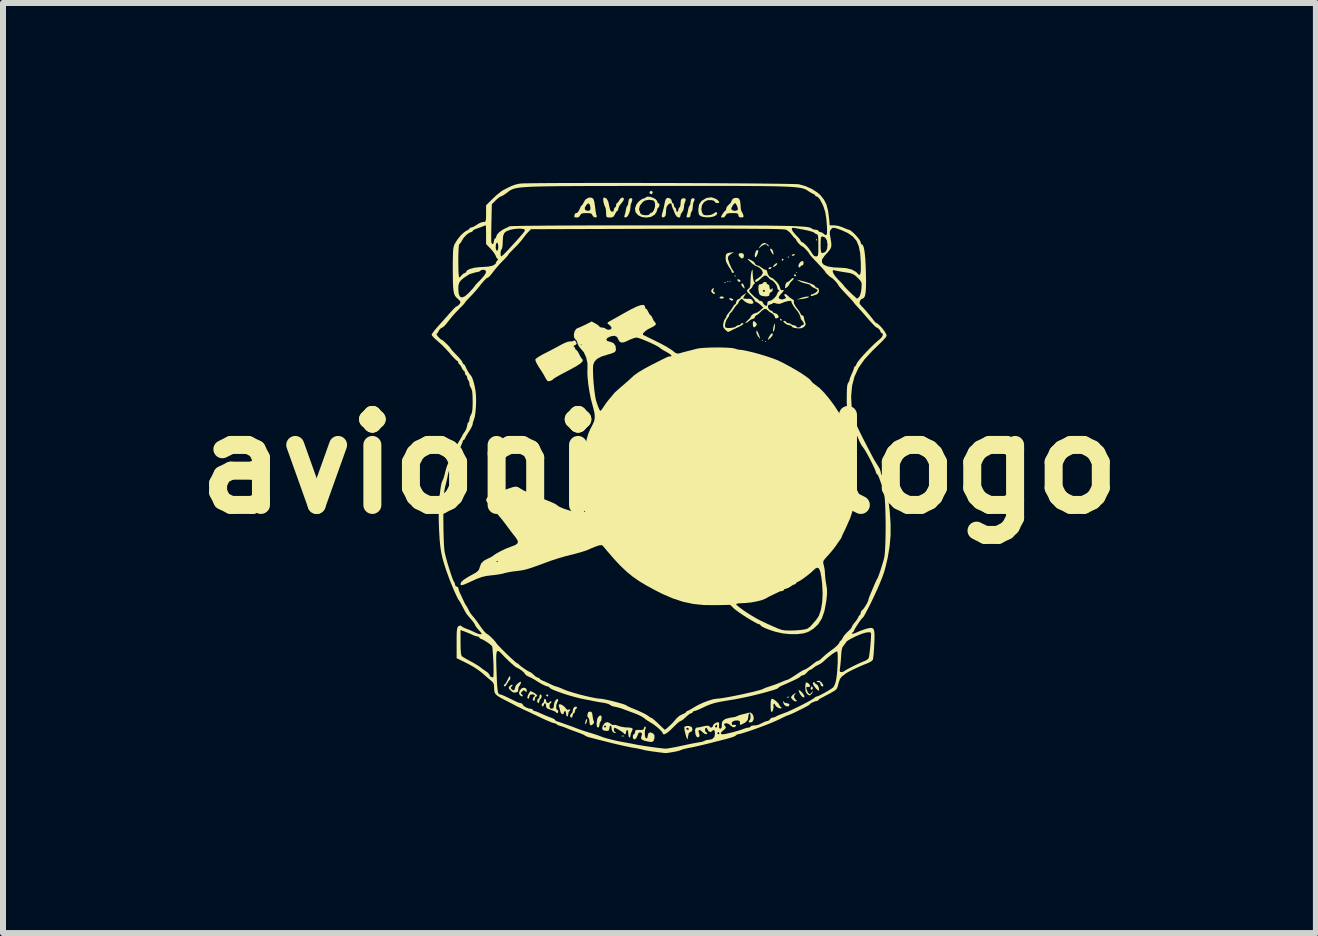
<source format=kicad_pcb>
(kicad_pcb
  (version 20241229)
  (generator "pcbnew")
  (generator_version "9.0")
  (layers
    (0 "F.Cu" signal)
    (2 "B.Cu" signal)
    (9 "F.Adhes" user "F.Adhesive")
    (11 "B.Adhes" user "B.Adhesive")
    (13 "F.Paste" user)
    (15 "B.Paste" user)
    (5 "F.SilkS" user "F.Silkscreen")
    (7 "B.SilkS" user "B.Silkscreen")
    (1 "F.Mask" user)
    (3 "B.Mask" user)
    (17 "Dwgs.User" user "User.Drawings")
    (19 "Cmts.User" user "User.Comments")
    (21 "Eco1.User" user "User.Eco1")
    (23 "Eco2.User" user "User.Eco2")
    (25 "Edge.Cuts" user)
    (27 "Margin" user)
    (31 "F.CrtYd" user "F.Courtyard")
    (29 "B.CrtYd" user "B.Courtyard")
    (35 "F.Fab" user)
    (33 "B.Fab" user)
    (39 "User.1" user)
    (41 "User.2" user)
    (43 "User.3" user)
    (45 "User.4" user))
  (footprint "avionica_logo"
    (layer "F.Cu")
    (at 7.943 4.689)
    (property "Reference" "avionica_logo" (at 0 0 0) (layer "F.SilkS") (effects (font (size 1.5 1.5) (thickness 0.3))))
    (attr board_only exclude_from_pos_files exclude_from_bom)
    (fp_poly (pts (xy 1.149 -3.048) (xy 1.139 -3.038) (xy 1.13 -3.048) (xy 1.139 -3.057)) (stroke (width 0) (type solid)) (fill yes) (layer "F.SilkS"))
    (fp_poly (pts (xy 1.186 -3.048) (xy 1.176 -3.038) (xy 1.167 -3.048) (xy 1.176 -3.057)) (stroke (width 0) (type solid)) (fill yes) (layer "F.SilkS"))
    (fp_poly (pts (xy 1.723 -2.066) (xy 1.714 -2.056) (xy 1.704 -2.066) (xy 1.714 -2.075)) (stroke (width 0) (type solid)) (fill yes) (layer "F.SilkS"))
    (fp_poly (pts (xy 1.779 -2.047) (xy 1.769 -2.038) (xy 1.76 -2.047) (xy 1.769 -2.056)) (stroke (width 0) (type solid)) (fill yes) (layer "F.SilkS"))
    (fp_poly (pts (xy 2.297 -3.196) (xy 2.288 -3.187) (xy 2.279 -3.196) (xy 2.288 -3.205)) (stroke (width 0) (type solid)) (fill yes) (layer "F.SilkS"))
    (fp_poly (pts (xy -0.588 4.527) (xy -0.586 4.534) (xy -0.611 4.536) (xy -0.638 4.533) (xy -0.635 4.527) (xy -0.597 4.524)) (stroke (width 0) (type solid)) (fill yes) (layer "F.SilkS"))
    (fp_poly (pts (xy 1.105 -3.032) (xy 1.103 -3.021) (xy 1.093 -3.02) (xy 1.078 -3.027) (xy 1.081 -3.032) (xy 1.103 -3.034)) (stroke (width 0) (type solid)) (fill yes) (layer "F.SilkS"))
    (fp_poly (pts (xy 1.272 -3.143) (xy 1.27 -3.132) (xy 1.26 -3.131) (xy 1.245 -3.138) (xy 1.247 -3.143) (xy 1.269 -3.146)) (stroke (width 0) (type solid)) (fill yes) (layer "F.SilkS"))
    (fp_poly (pts (xy 2.161 -3.458) (xy 2.159 -3.447) (xy 2.149 -3.446) (xy 2.134 -3.453) (xy 2.137 -3.458) (xy 2.159 -3.461)) (stroke (width 0) (type solid)) (fill yes) (layer "F.SilkS"))
    (fp_poly (pts (xy 2.163 3.879) (xy 2.157 3.888) (xy 2.138 3.889) (xy 2.119 3.885) (xy 2.127 3.878) (xy 2.156 3.876)) (stroke (width 0) (type solid)) (fill yes) (layer "F.SilkS"))
    (fp_poly (pts (xy 2.625 -3.755) (xy 2.627 -3.733) (xy 2.625 -3.73) (xy 2.614 -3.733) (xy 2.612 -3.742) (xy 2.619 -3.758)) (stroke (width 0) (type solid)) (fill yes) (layer "F.SilkS"))
    (fp_poly (pts (xy -1.853 3.849) (xy -1.853 3.854) (xy -1.867 3.872) (xy -1.871 3.872) (xy -1.889 3.858) (xy -1.89 3.854) (xy -1.876 3.836) (xy -1.871 3.835)) (stroke (width 0) (type solid)) (fill yes) (layer "F.SilkS"))
    (fp_poly (pts (xy -0.114 -4.543) (xy -0.111 -4.53) (xy -0.126 -4.505) (xy -0.139 -4.502) (xy -0.164 -4.517) (xy -0.167 -4.53) (xy -0.152 -4.554) (xy -0.139 -4.558)) (stroke (width 0) (type solid)) (fill yes) (layer "F.SilkS"))
    (fp_poly (pts (xy 1.068 -2.79) (xy 1.075 -2.779) (xy 1.059 -2.764) (xy 1.037 -2.76) (xy 1.007 -2.768) (xy 1 -2.779) (xy 1.016 -2.794) (xy 1.037 -2.798)) (stroke (width 0) (type solid)) (fill yes) (layer "F.SilkS"))
    (fp_poly (pts (xy 1.195 -2.765) (xy 1.225 -2.753) (xy 1.231 -2.74) (xy 1.206 -2.724) (xy 1.174 -2.744) (xy 1.169 -2.749) (xy 1.16 -2.766) (xy 1.18 -2.768)) (stroke (width 0) (type solid)) (fill yes) (layer "F.SilkS"))
    (fp_poly (pts (xy 1.325 -3.082) (xy 1.349 -3.064) (xy 1.352 -3.055) (xy 1.34 -3.039) (xy 1.315 -3.046) (xy 1.309 -3.051) (xy 1.297 -3.075) (xy 1.312 -3.085)) (stroke (width 0) (type solid)) (fill yes) (layer "F.SilkS"))
    (fp_poly (pts (xy 1.4 -2.995) (xy 1.414 -2.96) (xy 1.421 -2.932) (xy 1.41 -2.934) (xy 1.382 -2.962) (xy 1.363 -2.994) (xy 1.368 -3.009) (xy 1.386 -3.013)) (stroke (width 0) (type solid)) (fill yes) (layer "F.SilkS"))
    (fp_poly (pts (xy 1.871 -3.281) (xy 1.856 -3.261) (xy 1.843 -3.254) (xy 1.819 -3.253) (xy 1.816 -3.259) (xy 1.83 -3.279) (xy 1.843 -3.286) (xy 1.867 -3.287)) (stroke (width 0) (type solid)) (fill yes) (layer "F.SilkS"))
    (fp_poly (pts (xy 2.037 -2.414) (xy 2.038 -2.408) (xy 2.032 -2.39) (xy 2.03 -2.39) (xy 2.014 -2.403) (xy 2.01 -2.408) (xy 2.012 -2.426) (xy 2.018 -2.427)) (stroke (width 0) (type solid)) (fill yes) (layer "F.SilkS"))
    (fp_poly (pts (xy 2.069 -3.416) (xy 2.066 -3.409) (xy 2.049 -3.391) (xy 2.046 -3.39) (xy 2.038 -3.405) (xy 2.038 -3.409) (xy 2.052 -3.427) (xy 2.058 -3.427)) (stroke (width 0) (type solid)) (fill yes) (layer "F.SilkS"))
    (fp_poly (pts (xy 2.257 -3.498) (xy 2.26 -3.494) (xy 2.246 -3.482) (xy 2.232 -3.476) (xy 2.209 -3.476) (xy 2.205 -3.484) (xy 2.22 -3.5) (xy 2.232 -3.502)) (stroke (width 0) (type solid)) (fill yes) (layer "F.SilkS"))
    (fp_poly (pts (xy 2.278 -3.154) (xy 2.279 -3.15) (xy 2.265 -3.132) (xy 2.26 -3.131) (xy 2.242 -3.145) (xy 2.242 -3.15) (xy 2.256 -3.168) (xy 2.26 -3.168)) (stroke (width 0) (type solid)) (fill yes) (layer "F.SilkS"))
    (fp_poly (pts (xy 2.555 3.72) (xy 2.557 3.733) (xy 2.547 3.758) (xy 2.538 3.761) (xy 2.522 3.746) (xy 2.52 3.733) (xy 2.53 3.708) (xy 2.538 3.705)) (stroke (width 0) (type solid)) (fill yes) (layer "F.SilkS"))
    (fp_poly (pts (xy 1.397 -3.512) (xy 1.408 -3.482) (xy 1.408 -3.474) (xy 1.398 -3.437) (xy 1.371 -3.431) (xy 1.339 -3.455) (xy 1.317 -3.492) (xy 1.329 -3.514) (xy 1.362 -3.52)) (stroke (width 0) (type solid)) (fill yes) (layer "F.SilkS"))
    (fp_poly (pts (xy 1.603 -2.365) (xy 1.606 -2.362) (xy 1.624 -2.333) (xy 1.611 -2.306) (xy 1.581 -2.281) (xy 1.563 -2.291) (xy 1.556 -2.334) (xy 1.56 -2.378) (xy 1.574 -2.387)) (stroke (width 0) (type solid)) (fill yes) (layer "F.SilkS"))
    (fp_poly (pts (xy 1.881 -3.578) (xy 1.895 -3.543) (xy 1.902 -3.501) (xy 1.897 -3.492) (xy 1.878 -3.517) (xy 1.865 -3.539) (xy 1.845 -3.576) (xy 1.847 -3.592) (xy 1.859 -3.594)) (stroke (width 0) (type solid)) (fill yes) (layer "F.SilkS"))
    (fp_poly (pts (xy 1.965 -3.344) (xy 1.952 -3.322) (xy 1.927 -3.302) (xy 1.899 -3.288) (xy 1.89 -3.29) (xy 1.902 -3.311) (xy 1.928 -3.338) (xy 1.951 -3.353) (xy 1.953 -3.353)) (stroke (width 0) (type solid)) (fill yes) (layer "F.SilkS"))
    (fp_poly (pts (xy -1.205 4.256) (xy -1.205 4.261) (xy -1.214 4.301) (xy -1.223 4.317) (xy -1.237 4.335) (xy -1.241 4.321) (xy -1.241 4.317) (xy -1.231 4.277) (xy -1.223 4.261) (xy -1.208 4.243)) (stroke (width 0) (type solid)) (fill yes) (layer "F.SilkS"))
    (fp_poly (pts (xy 1.646 -3.568) (xy 1.645 -3.538) (xy 1.631 -3.493) (xy 1.609 -3.454) (xy 1.593 -3.45) (xy 1.588 -3.479) (xy 1.591 -3.505) (xy 1.606 -3.548) (xy 1.625 -3.571) (xy 1.626 -3.571)) (stroke (width 0) (type solid)) (fill yes) (layer "F.SilkS"))
    (fp_poly (pts (xy 1.923 -2.343) (xy 1.925 -2.307) (xy 1.92 -2.257) (xy 1.908 -2.223) (xy 1.895 -2.208) (xy 1.892 -2.226) (xy 1.892 -2.232) (xy 1.899 -2.28) (xy 1.908 -2.316) (xy 1.919 -2.346)) (stroke (width 0) (type solid)) (fill yes) (layer "F.SilkS"))
    (fp_poly (pts (xy 1.633 -2.217) (xy 1.652 -2.173) (xy 1.652 -2.172) (xy 1.67 -2.126) (xy 1.679 -2.097) (xy 1.679 -2.094) (xy 1.666 -2.106) (xy 1.643 -2.132) (xy 1.62 -2.175) (xy 1.615 -2.211) (xy 1.621 -2.229)) (stroke (width 0) (type solid)) (fill yes) (layer "F.SilkS"))
    (fp_poly (pts (xy 1.89 -2.167) (xy 1.89 -2.162) (xy 1.877 -2.136) (xy 1.849 -2.104) (xy 1.819 -2.08) (xy 1.807 -2.075) (xy 1.81 -2.089) (xy 1.826 -2.123) (xy 1.83 -2.13) (xy 1.859 -2.172) (xy 1.88 -2.185)) (stroke (width 0) (type solid)) (fill yes) (layer "F.SilkS"))
    (fp_poly (pts (xy 2.34 3.771) (xy 2.369 3.796) (xy 2.397 3.83) (xy 2.414 3.86) (xy 2.416 3.886) (xy 2.396 3.886) (xy 2.381 3.876) (xy 2.357 3.85) (xy 2.335 3.813) (xy 2.322 3.78) (xy 2.322 3.767)) (stroke (width 0) (type solid)) (fill yes) (layer "F.SilkS"))
    (fp_poly (pts (xy 2.494 -2.793) (xy 2.483 -2.781) (xy 2.483 -2.781) (xy 2.448 -2.769) (xy 2.393 -2.758) (xy 2.371 -2.755) (xy 2.288 -2.744) (xy 2.353 -2.769) (xy 2.399 -2.784) (xy 2.443 -2.793) (xy 2.478 -2.796)) (stroke (width 0) (type solid)) (fill yes) (layer "F.SilkS"))
    (fp_poly (pts (xy 2.074 3.954) (xy 2.075 3.962) (xy 2.091 3.978) (xy 2.121 3.983) (xy 2.159 3.993) (xy 2.168 4.011) (xy 2.155 4.034) (xy 2.125 4.037) (xy 2.092 4.022) (xy 2.074 4) (xy 2.062 3.966) (xy 2.064 3.951)) (stroke (width 0) (type solid)) (fill yes) (layer "F.SilkS"))
    (fp_poly (pts (xy 2.705 3.64) (xy 2.725 3.671) (xy 2.733 3.698) (xy 2.715 3.705) (xy 2.691 3.69) (xy 2.686 3.668) (xy 2.674 3.638) (xy 2.645 3.631) (xy 2.618 3.628) (xy 2.625 3.617) (xy 2.63 3.613) (xy 2.667 3.609)) (stroke (width 0) (type solid)) (fill yes) (layer "F.SilkS"))
    (fp_poly (pts (xy 0.906 -2.933) (xy 0.9 -2.912) (xy 0.896 -2.88) (xy 0.907 -2.872) (xy 0.926 -2.858) (xy 0.926 -2.853) (xy 0.916 -2.836) (xy 0.891 -2.847) (xy 0.874 -2.863) (xy 0.861 -2.889) (xy 0.875 -2.916) (xy 0.881 -2.922) (xy 0.904 -2.942)) (stroke (width 0) (type solid)) (fill yes) (layer "F.SilkS"))
    (fp_poly (pts (xy 2.399 -3.375) (xy 2.403 -3.353) (xy 2.395 -3.323) (xy 2.38 -3.316) (xy 2.356 -3.306) (xy 2.353 -3.298) (xy 2.339 -3.28) (xy 2.334 -3.279) (xy 2.318 -3.294) (xy 2.316 -3.308) (xy 2.328 -3.344) (xy 2.356 -3.377) (xy 2.385 -3.39)) (stroke (width 0) (type solid)) (fill yes) (layer "F.SilkS"))
    (fp_poly (pts (xy -0.966 4.202) (xy -0.964 4.235) (xy -0.97 4.27) (xy -0.982 4.289) (xy -0.996 4.314) (xy -1 4.346) (xy -1.009 4.38) (xy -1.025 4.391) (xy -1.041 4.377) (xy -1.047 4.334) (xy -1.046 4.305) (xy -1.034 4.234) (xy -1.005 4.195) (xy -0.977 4.187)) (stroke (width 0) (type solid)) (fill yes) (layer "F.SilkS"))
    (fp_poly (pts (xy 2.274 3.824) (xy 2.265 3.829) (xy 2.245 3.853) (xy 2.246 3.89) (xy 2.267 3.921) (xy 2.272 3.924) (xy 2.29 3.943) (xy 2.282 3.954) (xy 2.256 3.951) (xy 2.222 3.927) (xy 2.196 3.897) (xy 2.196 3.876) (xy 2.215 3.852) (xy 2.247 3.826) (xy 2.268 3.818)) (stroke (width 0) (type solid)) (fill yes) (layer "F.SilkS"))
    (fp_poly (pts (xy 2.593 3.645) (xy 2.594 3.65) (xy 2.609 3.667) (xy 2.619 3.668) (xy 2.638 3.684) (xy 2.654 3.719) (xy 2.662 3.756) (xy 2.658 3.777) (xy 2.643 3.769) (xy 2.613 3.742) (xy 2.604 3.732) (xy 2.57 3.688) (xy 2.557 3.652) (xy 2.567 3.633) (xy 2.575 3.631)) (stroke (width 0) (type solid)) (fill yes) (layer "F.SilkS"))
    (fp_poly (pts (xy -2.487 3.546) (xy -2.487 3.58) (xy -2.495 3.592) (xy -2.514 3.615) (xy -2.537 3.654) (xy -2.562 3.692) (xy -2.583 3.706) (xy -2.593 3.692) (xy -2.594 3.687) (xy -2.583 3.669) (xy -2.58 3.668) (xy -2.564 3.653) (xy -2.542 3.614) (xy -2.53 3.59) (xy -2.507 3.545) (xy -2.494 3.532)) (stroke (width 0) (type solid)) (fill yes) (layer "F.SilkS"))
    (fp_poly (pts (xy -1.967 3.851) (xy -1.964 3.872) (xy -1.972 3.902) (xy -1.982 3.909) (xy -1.997 3.925) (xy -2.001 3.946) (xy -2.009 3.976) (xy -2.019 3.983) (xy -2.034 3.968) (xy -2.038 3.946) (xy -2.03 3.916) (xy -2.019 3.909) (xy -2.004 3.894) (xy -2.001 3.872) (xy -1.993 3.842) (xy -1.982 3.835)) (stroke (width 0) (type solid)) (fill yes) (layer "F.SilkS"))
    (fp_poly (pts (xy 2.235 -3.085) (xy 2.209 -3.057) (xy 2.179 -3.027) (xy 2.168 -3.006) (xy 2.155 -2.982) (xy 2.131 -2.955) (xy 2.104 -2.934) (xy 2.094 -2.939) (xy 2.094 -2.951) (xy 2.101 -2.998) (xy 2.12 -3.031) (xy 2.135 -3.038) (xy 2.16 -3.051) (xy 2.189 -3.078) (xy 2.218 -3.103) (xy 2.237 -3.105)) (stroke (width 0) (type solid)) (fill yes) (layer "F.SilkS"))
    (fp_poly (pts (xy 1.799 -3.669) (xy 1.8 -3.668) (xy 1.823 -3.644) (xy 1.822 -3.632) (xy 1.82 -3.632) (xy 1.799 -3.643) (xy 1.797 -3.65) (xy 1.784 -3.667) (xy 1.752 -3.664) (xy 1.711 -3.644) (xy 1.689 -3.627) (xy 1.66 -3.6) (xy 1.654 -3.599) (xy 1.667 -3.622) (xy 1.668 -3.624) (xy 1.71 -3.675) (xy 1.753 -3.69)) (stroke (width 0) (type solid)) (fill yes) (layer "F.SilkS"))
    (fp_poly (pts (xy -2.227 3.736) (xy -2.215 3.754) (xy -2.211 3.786) (xy -2.222 3.797) (xy -2.241 3.781) (xy -2.258 3.766) (xy -2.281 3.779) (xy -2.291 3.789) (xy -2.312 3.817) (xy -2.302 3.83) (xy -2.282 3.847) (xy -2.28 3.866) (xy -2.293 3.871) (xy -2.315 3.858) (xy -2.329 3.845) (xy -2.342 3.817) (xy -2.331 3.777) (xy -2.329 3.772) (xy -2.299 3.737) (xy -2.261 3.724)) (stroke (width 0) (type solid)) (fill yes) (layer "F.SilkS"))
    (fp_poly (pts (xy -1.381 4.043) (xy -1.375 4.048) (xy -1.376 4.066) (xy -1.385 4.071) (xy -1.404 4.094) (xy -1.408 4.114) (xy -1.416 4.144) (xy -1.427 4.15) (xy -1.442 4.165) (xy -1.445 4.187) (xy -1.456 4.217) (xy -1.471 4.224) (xy -1.489 4.21) (xy -1.487 4.187) (xy -1.473 4.157) (xy -1.461 4.15) (xy -1.449 4.134) (xy -1.445 4.103) (xy -1.434 4.065) (xy -1.409 4.042)) (stroke (width 0) (type solid)) (fill yes) (layer "F.SilkS"))
    (fp_poly (pts (xy -1.133 4.13) (xy -1.12 4.158) (xy -1.115 4.196) (xy -1.107 4.247) (xy -1.096 4.282) (xy -1.093 4.287) (xy -1.091 4.31) (xy -1.111 4.337) (xy -1.14 4.353) (xy -1.147 4.354) (xy -1.16 4.337) (xy -1.167 4.297) (xy -1.167 4.289) (xy -1.172 4.246) (xy -1.184 4.225) (xy -1.187 4.224) (xy -1.199 4.208) (xy -1.201 4.173) (xy -1.187 4.133) (xy -1.158 4.122)) (stroke (width 0) (type solid)) (fill yes) (layer "F.SilkS"))
    (fp_poly (pts (xy -0.461 -4.434) (xy -0.451 -4.409) (xy -0.462 -4.374) (xy -0.479 -4.326) (xy -0.482 -4.299) (xy -0.489 -4.237) (xy -0.507 -4.179) (xy -0.532 -4.134) (xy -0.559 -4.113) (xy -0.562 -4.113) (xy -0.587 -4.121) (xy -0.583 -4.145) (xy -0.57 -4.187) (xy -0.56 -4.238) (xy -0.55 -4.283) (xy -0.536 -4.308) (xy -0.535 -4.309) (xy -0.523 -4.333) (xy -0.519 -4.371) (xy -0.51 -4.413) (xy -0.492 -4.434)) (stroke (width 0) (type solid)) (fill yes) (layer "F.SilkS"))
    (fp_poly (pts (xy 2.464 3.641) (xy 2.489 3.658) (xy 2.511 3.687) (xy 2.507 3.709) (xy 2.481 3.714) (xy 2.473 3.712) (xy 2.45 3.713) (xy 2.45 3.742) (xy 2.467 3.788) (xy 2.491 3.827) (xy 2.514 3.83) (xy 2.537 3.803) (xy 2.552 3.785) (xy 2.556 3.79) (xy 2.544 3.819) (xy 2.517 3.846) (xy 2.499 3.854) (xy 2.476 3.842) (xy 2.457 3.825) (xy 2.435 3.78) (xy 2.431 3.714) (xy 2.435 3.659) (xy 2.444 3.637)) (stroke (width 0) (type solid)) (fill yes) (layer "F.SilkS"))
    (fp_poly (pts (xy 0.576 -4.433) (xy 0.588 -4.411) (xy 0.576 -4.385) (xy 0.563 -4.354) (xy 0.556 -4.305) (xy 0.556 -4.296) (xy 0.551 -4.247) (xy 0.54 -4.217) (xy 0.537 -4.215) (xy 0.523 -4.189) (xy 0.519 -4.158) (xy 0.51 -4.123) (xy 0.48 -4.113) (xy 0.452 -4.119) (xy 0.454 -4.144) (xy 0.455 -4.145) (xy 0.467 -4.187) (xy 0.477 -4.238) (xy 0.488 -4.283) (xy 0.501 -4.308) (xy 0.502 -4.309) (xy 0.514 -4.333) (xy 0.519 -4.371) (xy 0.527 -4.413) (xy 0.546 -4.434)) (stroke (width 0) (type solid)) (fill yes) (layer "F.SilkS"))
    (fp_poly (pts (xy 1.239 -3.529) (xy 1.232 -3.527) (xy 1.19 -3.505) (xy 1.163 -3.482) (xy 1.145 -3.46) (xy 1.14 -3.438) (xy 1.148 -3.403) (xy 1.168 -3.345) (xy 1.192 -3.288) (xy 1.213 -3.247) (xy 1.224 -3.232) (xy 1.24 -3.21) (xy 1.234 -3.19) (xy 1.223 -3.187) (xy 1.205 -3.201) (xy 1.204 -3.208) (xy 1.194 -3.235) (xy 1.167 -3.277) (xy 1.154 -3.296) (xy 1.111 -3.375) (xy 1.103 -3.431) (xy 1.106 -3.483) (xy 1.12 -3.511) (xy 1.155 -3.524) (xy 1.197 -3.53) (xy 1.233 -3.532)) (stroke (width 0) (type solid)) (fill yes) (layer "F.SilkS"))
    (fp_poly (pts (xy -2.139 3.786) (xy -2.103 3.803) (xy -2.095 3.806) (xy -2.056 3.833) (xy -2.038 3.857) (xy -2.046 3.871) (xy -2.056 3.872) (xy -2.072 3.888) (xy -2.075 3.909) (xy -2.083 3.939) (xy -2.094 3.946) (xy -2.11 3.931) (xy -2.112 3.919) (xy -2.101 3.888) (xy -2.094 3.881) (xy -2.075 3.859) (xy -2.089 3.841) (xy -2.121 3.835) (xy -2.158 3.844) (xy -2.168 3.872) (xy -2.175 3.902) (xy -2.186 3.909) (xy -2.203 3.896) (xy -2.196 3.859) (xy -2.182 3.83) (xy -2.163 3.797) (xy -2.155 3.783)) (stroke (width 0) (type solid)) (fill yes) (layer "F.SilkS"))
    (fp_poly (pts (xy -1.627 4.01) (xy -1.591 4.035) (xy -1.572 4.057) (xy -1.54 4.091) (xy -1.52 4.095) (xy -1.518 4.092) (xy -1.502 4.082) (xy -1.493 4.092) (xy -1.492 4.111) (xy -1.5 4.113) (xy -1.514 4.129) (xy -1.519 4.159) (xy -1.526 4.194) (xy -1.538 4.206) (xy -1.552 4.19) (xy -1.556 4.159) (xy -1.563 4.124) (xy -1.575 4.113) (xy -1.591 4.128) (xy -1.593 4.141) (xy -1.603 4.166) (xy -1.623 4.166) (xy -1.644 4.144) (xy -1.653 4.118) (xy -1.665 4.067) (xy -1.676 4.034) (xy -1.678 4.007) (xy -1.659 4)) (stroke (width 0) (type solid)) (fill yes) (layer "F.SilkS"))
    (fp_poly (pts (xy 0.497 4.364) (xy 0.534 4.379) (xy 0.538 4.383) (xy 0.551 4.419) (xy 0.54 4.451) (xy 0.511 4.465) (xy 0.489 4.483) (xy 0.477 4.534) (xy 0.471 4.574) (xy 0.462 4.581) (xy 0.459 4.576) (xy 0.443 4.531) (xy 0.428 4.476) (xy 0.417 4.423) (xy 0.416 4.409) (xy 0.445 4.409) (xy 0.46 4.426) (xy 0.474 4.428) (xy 0.493 4.419) (xy 0.491 4.409) (xy 0.467 4.392) (xy 0.462 4.391) (xy 0.445 4.405) (xy 0.445 4.409) (xy 0.416 4.409) (xy 0.414 4.386) (xy 0.416 4.377) (xy 0.45 4.363)) (stroke (width 0) (type solid)) (fill yes) (layer "F.SilkS"))
    (fp_poly (pts (xy 1.909 3.922) (xy 1.947 3.951) (xy 1.982 3.986) (xy 2 4.016) (xy 2.001 4.02) (xy 2.015 4.04) (xy 2.024 4.044) (xy 2.037 4.06) (xy 2.033 4.067) (xy 2.008 4.071) (xy 1.972 4.056) (xy 1.94 4.032) (xy 1.927 4.007) (xy 1.917 3.99) (xy 1.908 3.993) (xy 1.897 4.014) (xy 1.899 4.021) (xy 1.903 4.05) (xy 1.896 4.089) (xy 1.882 4.122) (xy 1.869 4.131) (xy 1.86 4.115) (xy 1.854 4.071) (xy 1.853 4.02) (xy 1.855 3.955) (xy 1.863 3.92) (xy 1.878 3.909) (xy 1.88 3.909)) (stroke (width 0) (type solid)) (fill yes) (layer "F.SilkS"))
    (fp_poly (pts (xy -2.308 3.64) (xy -2.311 3.65) (xy -2.326 3.685) (xy -2.337 3.697) (xy -2.349 3.722) (xy -2.353 3.753) (xy -2.359 3.787) (xy -2.37 3.798) (xy -2.402 3.804) (xy -2.412 3.808) (xy -2.441 3.802) (xy -2.477 3.775) (xy -2.481 3.772) (xy -2.509 3.739) (xy -2.512 3.718) (xy -2.493 3.695) (xy -2.465 3.676) (xy -2.45 3.676) (xy -2.452 3.695) (xy -2.463 3.705) (xy -2.48 3.723) (xy -2.467 3.749) (xy -2.465 3.75) (xy -2.436 3.77) (xy -2.414 3.756) (xy -2.408 3.727) (xy -2.395 3.69) (xy -2.375 3.667) (xy -2.332 3.632) (xy -2.311 3.624)) (stroke (width 0) (type solid)) (fill yes) (layer "F.SilkS"))
    (fp_poly (pts (xy 2.334 -3.066) (xy 2.447 -3.036) (xy 2.526 -3.01) (xy 2.574 -2.988) (xy 2.593 -2.969) (xy 2.594 -2.965) (xy 2.609 -2.948) (xy 2.62 -2.946) (xy 2.65 -2.932) (xy 2.661 -2.9) (xy 2.654 -2.863) (xy 2.628 -2.835) (xy 2.616 -2.829) (xy 2.57 -2.814) (xy 2.552 -2.807) (xy 2.525 -2.804) (xy 2.52 -2.814) (xy 2.535 -2.832) (xy 2.548 -2.835) (xy 2.582 -2.846) (xy 2.614 -2.869) (xy 2.636 -2.892) (xy 2.635 -2.908) (xy 2.606 -2.925) (xy 2.585 -2.935) (xy 2.543 -2.958) (xy 2.521 -2.978) (xy 2.52 -2.982) (xy 2.503 -2.995) (xy 2.463 -3.008) (xy 2.45 -3.01) (xy 2.39 -3.026) (xy 2.337 -3.048) (xy 2.334 -3.05) (xy 2.288 -3.078)) (stroke (width 0) (type solid)) (fill yes) (layer "F.SilkS"))
    (fp_poly (pts (xy 0.943 -4.423) (xy 0.977 -4.397) (xy 0.999 -4.369) (xy 0.986 -4.356) (xy 0.963 -4.354) (xy 0.933 -4.361) (xy 0.926 -4.371) (xy 0.91 -4.392) (xy 0.869 -4.403) (xy 0.816 -4.403) (xy 0.796 -4.4) (xy 0.744 -4.371) (xy 0.709 -4.319) (xy 0.698 -4.254) (xy 0.707 -4.206) (xy 0.724 -4.169) (xy 0.751 -4.153) (xy 0.8 -4.15) (xy 0.855 -4.157) (xy 0.896 -4.174) (xy 0.901 -4.178) (xy 0.936 -4.202) (xy 0.958 -4.199) (xy 0.963 -4.181) (xy 0.947 -4.152) (xy 0.904 -4.13) (xy 0.844 -4.118) (xy 0.778 -4.116) (xy 0.716 -4.126) (xy 0.69 -4.136) (xy 0.664 -4.154) (xy 0.652 -4.186) (xy 0.648 -4.242) (xy 0.648 -4.246) (xy 0.66 -4.328) (xy 0.699 -4.387) (xy 0.767 -4.43) (xy 0.793 -4.441) (xy 0.87 -4.45)) (stroke (width 0) (type solid)) (fill yes) (layer "F.SilkS"))
    (fp_poly (pts (xy 1.787 -3.031) (xy 1.788 -3.02) (xy 1.792 -3.004) (xy 1.805 -3.001) (xy 1.829 -2.985) (xy 1.834 -2.955) (xy 1.842 -2.919) (xy 1.859 -2.909) (xy 1.877 -2.932) (xy 1.885 -2.935) (xy 1.888 -2.913) (xy 1.879 -2.879) (xy 1.862 -2.872) (xy 1.839 -2.856) (xy 1.834 -2.835) (xy 1.828 -2.81) (xy 1.801 -2.8) (xy 1.765 -2.798) (xy 1.713 -2.805) (xy 1.676 -2.822) (xy 1.672 -2.825) (xy 1.657 -2.86) (xy 1.653 -2.89) (xy 1.723 -2.89) (xy 1.737 -2.872) (xy 1.742 -2.872) (xy 1.759 -2.886) (xy 1.76 -2.89) (xy 1.746 -2.908) (xy 1.742 -2.909) (xy 1.724 -2.895) (xy 1.723 -2.89) (xy 1.653 -2.89) (xy 1.649 -2.913) (xy 1.649 -2.926) (xy 1.652 -2.975) (xy 1.664 -2.997) (xy 1.686 -3.001) (xy 1.716 -3.009) (xy 1.723 -3.02) (xy 1.739 -3.035) (xy 1.761 -3.038)) (stroke (width 0) (type solid)) (fill yes) (layer "F.SilkS"))
    (fp_poly (pts (xy -0.881 -4.429) (xy -0.853 -4.377) (xy -0.837 -4.304) (xy -0.823 -4.243) (xy -0.803 -4.213) (xy -0.792 -4.209) (xy -0.765 -4.216) (xy -0.76 -4.241) (xy -0.752 -4.272) (xy -0.741 -4.28) (xy -0.726 -4.295) (xy -0.723 -4.317) (xy -0.716 -4.347) (xy -0.707 -4.354) (xy -0.689 -4.369) (xy -0.67 -4.4) (xy -0.646 -4.433) (xy -0.618 -4.446) (xy -0.597 -4.437) (xy -0.593 -4.419) (xy -0.605 -4.389) (xy -0.635 -4.35) (xy -0.639 -4.346) (xy -0.671 -4.304) (xy -0.685 -4.265) (xy -0.685 -4.262) (xy -0.692 -4.231) (xy -0.702 -4.224) (xy -0.719 -4.209) (xy -0.74 -4.172) (xy -0.741 -4.168) (xy -0.764 -4.129) (xy -0.799 -4.114) (xy -0.827 -4.113) (xy -0.866 -4.115) (xy -0.884 -4.128) (xy -0.889 -4.163) (xy -0.889 -4.193) (xy -0.893 -4.246) (xy -0.902 -4.283) (xy -0.906 -4.29) (xy -0.919 -4.319) (xy -0.932 -4.367) (xy -0.934 -4.377) (xy -0.939 -4.424) (xy -0.931 -4.444) (xy -0.92 -4.446)) (stroke (width 0) (type solid)) (fill yes) (layer "F.SilkS"))
    (fp_poly (pts (xy -0.227 4.386) (xy -0.231 4.405) (xy -0.24 4.43) (xy -0.244 4.451) (xy -0.244 4.485) (xy -0.243 4.517) (xy -0.233 4.56) (xy -0.215 4.572) (xy -0.199 4.553) (xy -0.194 4.519) (xy -0.181 4.48) (xy -0.149 4.469) (xy -0.106 4.488) (xy -0.084 4.516) (xy -0.083 4.562) (xy -0.085 4.572) (xy -0.099 4.613) (xy -0.123 4.628) (xy -0.146 4.629) (xy -0.199 4.621) (xy -0.255 4.607) (xy -0.295 4.589) (xy -0.307 4.566) (xy -0.304 4.549) (xy -0.292 4.503) (xy -0.295 4.48) (xy -0.316 4.47) (xy -0.319 4.469) (xy -0.347 4.477) (xy -0.363 4.515) (xy -0.384 4.564) (xy -0.411 4.586) (xy -0.43 4.583) (xy -0.443 4.56) (xy -0.443 4.528) (xy -0.433 4.504) (xy -0.426 4.502) (xy -0.411 4.486) (xy -0.408 4.464) (xy -0.4 4.436) (xy -0.369 4.428) (xy -0.357 4.428) (xy -0.299 4.43) (xy -0.27 4.424) (xy -0.26 4.408) (xy -0.259 4.4) (xy -0.248 4.375) (xy -0.239 4.372)) (stroke (width 0) (type solid)) (fill yes) (layer "F.SilkS"))
    (fp_poly (pts (xy -1.893 3.925) (xy -1.89 3.946) (xy -1.878 3.975) (xy -1.852 3.982) (xy -1.83 3.963) (xy -1.829 3.96) (xy -1.813 3.948) (xy -1.804 3.953) (xy -1.802 3.973) (xy -1.811 3.978) (xy -1.829 4.001) (xy -1.834 4.031) (xy -1.825 4.067) (xy -1.797 4.076) (xy -1.77 4.067) (xy -1.761 4.036) (xy -1.76 4.019) (xy -1.752 3.975) (xy -1.733 3.936) (xy -1.709 3.914) (xy -1.69 3.917) (xy -1.689 3.94) (xy -1.701 3.965) (xy -1.717 4.006) (xy -1.722 4.05) (xy -1.717 4.084) (xy -1.704 4.094) (xy -1.688 4.109) (xy -1.686 4.122) (xy -1.696 4.147) (xy -1.704 4.15) (xy -1.722 4.139) (xy -1.723 4.135) (xy -1.739 4.122) (xy -1.78 4.105) (xy -1.806 4.096) (xy -1.859 4.077) (xy -1.884 4.057) (xy -1.89 4.027) (xy -1.896 3.994) (xy -1.908 3.983) (xy -1.925 3.998) (xy -1.927 4.011) (xy -1.937 4.036) (xy -1.945 4.039) (xy -1.962 4.024) (xy -1.964 4.011) (xy -1.954 3.986) (xy -1.945 3.983) (xy -1.93 3.968) (xy -1.927 3.946) (xy -1.919 3.916) (xy -1.908 3.909)) (stroke (width 0) (type solid)) (fill yes) (layer "F.SilkS"))
    (fp_poly (pts (xy -0.158 -4.458) (xy -0.107 -4.442) (xy -0.063 -4.418) (xy -0.039 -4.389) (xy -0.037 -4.38) (xy -0.027 -4.356) (xy -0.019 -4.354) (xy -0.003 -4.338) (xy -0.000001 -4.317) (xy -0.008 -4.287) (xy -0.019 -4.28) (xy -0.033 -4.264) (xy -0.037 -4.242) (xy -0.05 -4.203) (xy -0.08 -4.161) (xy -0.083 -4.158) (xy -0.14 -4.124) (xy -0.215 -4.112) (xy -0.292 -4.121) (xy -0.357 -4.152) (xy -0.399 -4.203) (xy -0.406 -4.251) (xy -0.341 -4.251) (xy -0.321 -4.188) (xy -0.31 -4.173) (xy -0.283 -4.158) (xy -0.242 -4.151) (xy -0.199 -4.152) (xy -0.171 -4.161) (xy -0.167 -4.168) (xy -0.152 -4.186) (xy -0.147 -4.187) (xy -0.114 -4.203) (xy -0.089 -4.243) (xy -0.074 -4.295) (xy -0.073 -4.347) (xy -0.087 -4.386) (xy -0.103 -4.398) (xy -0.17 -4.409) (xy -0.235 -4.398) (xy -0.272 -4.377) (xy -0.325 -4.314) (xy -0.341 -4.251) (xy -0.406 -4.251) (xy -0.408 -4.265) (xy -0.384 -4.331) (xy -0.354 -4.37) (xy -0.314 -4.406) (xy -0.279 -4.426) (xy -0.272 -4.428) (xy -0.239 -4.438) (xy -0.232 -4.446) (xy -0.204 -4.461)) (stroke (width 0) (type solid)) (fill yes) (layer "F.SilkS"))
    (fp_poly (pts (xy -1.39 -2.039) (xy -1.38 -2.008) (xy -1.398 -1.989) (xy -1.412 -1.983) (xy -1.435 -1.97) (xy -1.431 -1.965) (xy -1.411 -1.949) (xy -1.408 -1.936) (xy -1.398 -1.911) (xy -1.39 -1.908) (xy -1.372 -1.893) (xy -1.348 -1.855) (xy -1.34 -1.839) (xy -1.316 -1.792) (xy -1.296 -1.762) (xy -1.291 -1.758) (xy -1.276 -1.737) (xy -1.286 -1.71) (xy -1.324 -1.675) (xy -1.392 -1.631) (xy -1.492 -1.576) (xy -1.519 -1.562) (xy -1.603 -1.518) (xy -1.675 -1.479) (xy -1.728 -1.449) (xy -1.757 -1.43) (xy -1.76 -1.428) (xy -1.788 -1.404) (xy -1.827 -1.387) (xy -1.859 -1.384) (xy -1.863 -1.386) (xy -1.883 -1.41) (xy -1.907 -1.452) (xy -1.908 -1.454) (xy -1.933 -1.499) (xy -1.971 -1.56) (xy -2.008 -1.616) (xy -2.042 -1.673) (xy -2.064 -1.72) (xy -2.069 -1.749) (xy -2.069 -1.749) (xy -2.049 -1.768) (xy -2.003 -1.799) (xy -1.94 -1.834) (xy -1.905 -1.852) (xy -1.819 -1.896) (xy -1.73 -1.943) (xy -1.654 -1.984) (xy -1.64 -1.992) (xy -1.578 -2.023) (xy -1.525 -2.043) (xy -1.492 -2.047) (xy -1.451 -2.049) (xy -1.433 -2.058) (xy -1.41 -2.064)) (stroke (width 0) (type solid)) (fill yes) (layer "F.SilkS"))
    (fp_poly (pts (xy -1.123 -4.441) (xy -1.1 -4.42) (xy -1.086 -4.378) (xy -1.075 -4.306) (xy -1.073 -4.289) (xy -1.065 -4.223) (xy -1.055 -4.17) (xy -1.048 -4.145) (xy -1.045 -4.12) (xy -1.07 -4.113) (xy -1.105 -4.129) (xy -1.117 -4.15) (xy -1.129 -4.173) (xy -1.157 -4.184) (xy -1.211 -4.187) (xy -1.219 -4.187) (xy -1.276 -4.184) (xy -1.306 -4.174) (xy -1.32 -4.153) (xy -1.321 -4.15) (xy -1.344 -4.12) (xy -1.38 -4.113) (xy -1.416 -4.118) (xy -1.421 -4.137) (xy -1.419 -4.142) (xy -1.409 -4.172) (xy -1.408 -4.179) (xy -1.393 -4.186) (xy -1.381 -4.187) (xy -1.358 -4.203) (xy -1.335 -4.242) (xy -1.331 -4.252) (xy -1.321 -4.275) (xy -1.246 -4.275) (xy -1.24 -4.241) (xy -1.205 -4.225) (xy -1.193 -4.224) (xy -1.158 -4.233) (xy -1.149 -4.265) (xy -1.149 -4.266) (xy -1.157 -4.312) (xy -1.166 -4.335) (xy -1.182 -4.349) (xy -1.203 -4.338) (xy -1.221 -4.319) (xy -1.246 -4.275) (xy -1.321 -4.275) (xy -1.313 -4.294) (xy -1.297 -4.316) (xy -1.294 -4.317) (xy -1.279 -4.332) (xy -1.269 -4.354) (xy -1.236 -4.411) (xy -1.185 -4.443) (xy -1.158 -4.446)) (stroke (width 0) (type solid)) (fill yes) (layer "F.SilkS"))
    (fp_poly (pts (xy 1.325 -4.428) (xy 1.344 -4.391) (xy 1.352 -4.327) (xy 1.352 -4.318) (xy 1.356 -4.263) (xy 1.364 -4.223) (xy 1.369 -4.214) (xy 1.387 -4.183) (xy 1.398 -4.155) (xy 1.402 -4.124) (xy 1.381 -4.114) (xy 1.363 -4.113) (xy 1.326 -4.121) (xy 1.315 -4.15) (xy 1.315 -4.15) (xy 1.311 -4.172) (xy 1.291 -4.183) (xy 1.248 -4.187) (xy 1.216 -4.187) (xy 1.156 -4.185) (xy 1.124 -4.176) (xy 1.109 -4.158) (xy 1.106 -4.15) (xy 1.081 -4.119) (xy 1.057 -4.113) (xy 1.031 -4.115) (xy 1.027 -4.127) (xy 1.044 -4.159) (xy 1.05 -4.168) (xy 1.075 -4.206) (xy 1.095 -4.224) (xy 1.097 -4.224) (xy 1.109 -4.24) (xy 1.112 -4.259) (xy 1.112 -4.259) (xy 1.197 -4.259) (xy 1.198 -4.25) (xy 1.222 -4.231) (xy 1.262 -4.224) (xy 1.297 -4.234) (xy 1.306 -4.242) (xy 1.306 -4.269) (xy 1.292 -4.31) (xy 1.27 -4.348) (xy 1.267 -4.352) (xy 1.251 -4.349) (xy 1.228 -4.324) (xy 1.208 -4.29) (xy 1.197 -4.259) (xy 1.112 -4.259) (xy 1.125 -4.294) (xy 1.158 -4.328) (xy 1.191 -4.362) (xy 1.204 -4.395) (xy 1.22 -4.423) (xy 1.256 -4.44) (xy 1.299 -4.44)) (stroke (width 0) (type solid)) (fill yes) (layer "F.SilkS"))
    (fp_poly (pts (xy 0.172 -4.434) (xy 0.198 -4.41) (xy 0.204 -4.39) (xy 0.212 -4.36) (xy 0.222 -4.354) (xy 0.237 -4.338) (xy 0.241 -4.317) (xy 0.249 -4.287) (xy 0.259 -4.28) (xy 0.274 -4.264) (xy 0.278 -4.243) (xy 0.286 -4.212) (xy 0.296 -4.206) (xy 0.311 -4.221) (xy 0.315 -4.243) (xy 0.323 -4.273) (xy 0.333 -4.28) (xy 0.345 -4.296) (xy 0.352 -4.337) (xy 0.352 -4.352) (xy 0.357 -4.402) (xy 0.373 -4.427) (xy 0.389 -4.433) (xy 0.427 -4.433) (xy 0.439 -4.408) (xy 0.427 -4.374) (xy 0.412 -4.328) (xy 0.408 -4.283) (xy 0.399 -4.236) (xy 0.38 -4.206) (xy 0.356 -4.169) (xy 0.352 -4.148) (xy 0.342 -4.117) (xy 0.317 -4.112) (xy 0.287 -4.13) (xy 0.262 -4.169) (xy 0.26 -4.173) (xy 0.24 -4.225) (xy 0.221 -4.265) (xy 0.221 -4.266) (xy 0.206 -4.307) (xy 0.204 -4.326) (xy 0.196 -4.35) (xy 0.169 -4.345) (xy 0.144 -4.328) (xy 0.118 -4.288) (xy 0.111 -4.237) (xy 0.108 -4.184) (xy 0.101 -4.144) (xy 0.1 -4.142) (xy 0.079 -4.119) (xy 0.053 -4.114) (xy 0.038 -4.129) (xy 0.037 -4.135) (xy 0.042 -4.167) (xy 0.055 -4.213) (xy 0.055 -4.213) (xy 0.071 -4.274) (xy 0.083 -4.335) (xy 0.094 -4.386) (xy 0.108 -4.423) (xy 0.109 -4.425) (xy 0.137 -4.442)) (stroke (width 0) (type solid)) (fill yes) (layer "F.SilkS"))
    (fp_poly (pts (xy -0.824 4.317) (xy -0.814 4.327) (xy -0.784 4.346) (xy -0.765 4.345) (xy -0.73 4.346) (xy -0.689 4.36) (xy -0.64 4.375) (xy -0.575 4.386) (xy -0.548 4.387) (xy -0.484 4.391) (xy -0.452 4.401) (xy -0.446 4.419) (xy -0.459 4.447) (xy -0.478 4.493) (xy -0.482 4.52) (xy -0.489 4.55) (xy -0.5 4.558) (xy -0.512 4.541) (xy -0.519 4.501) (xy -0.519 4.493) (xy -0.523 4.45) (xy -0.535 4.428) (xy -0.537 4.428) (xy -0.552 4.443) (xy -0.556 4.465) (xy -0.564 4.495) (xy -0.574 4.502) (xy -0.592 4.49) (xy -0.593 4.487) (xy -0.607 4.472) (xy -0.643 4.448) (xy -0.687 4.421) (xy -0.727 4.4) (xy -0.752 4.391) (xy -0.752 4.391) (xy -0.758 4.406) (xy -0.76 4.428) (xy -0.751 4.458) (xy -0.738 4.465) (xy -0.724 4.471) (xy -0.726 4.475) (xy -0.752 4.481) (xy -0.778 4.461) (xy -0.795 4.424) (xy -0.797 4.407) (xy -0.802 4.369) (xy -0.815 4.354) (xy -0.829 4.37) (xy -0.834 4.4) (xy -0.842 4.436) (xy -0.871 4.446) (xy -0.875 4.446) (xy -0.931 4.438) (xy -0.955 4.413) (xy -0.949 4.372) (xy -0.926 4.372) (xy -0.912 4.39) (xy -0.908 4.391) (xy -0.89 4.377) (xy -0.889 4.372) (xy -0.903 4.354) (xy -0.908 4.354) (xy -0.926 4.368) (xy -0.926 4.372) (xy -0.949 4.372) (xy -0.948 4.369) (xy -0.943 4.356) (xy -0.909 4.311) (xy -0.866 4.298)) (stroke (width 0) (type solid)) (fill yes) (layer "F.SilkS"))
    (fp_poly (pts (xy 1.416 -2.808) (xy 1.397 -2.775) (xy 1.402 -2.762) (xy 1.438 -2.758) (xy 1.438 -2.758) (xy 1.482 -2.757) (xy 1.506 -2.759) (xy 1.533 -2.749) (xy 1.557 -2.721) (xy 1.567 -2.693) (xy 1.565 -2.685) (xy 1.538 -2.673) (xy 1.494 -2.678) (xy 1.447 -2.697) (xy 1.409 -2.724) (xy 1.405 -2.729) (xy 1.381 -2.754) (xy 1.361 -2.752) (xy 1.345 -2.737) (xy 1.321 -2.706) (xy 1.315 -2.688) (xy 1.305 -2.669) (xy 1.301 -2.668) (xy 1.284 -2.653) (xy 1.256 -2.617) (xy 1.241 -2.594) (xy 1.211 -2.55) (xy 1.188 -2.523) (xy 1.181 -2.52) (xy 1.168 -2.505) (xy 1.167 -2.496) (xy 1.155 -2.462) (xy 1.146 -2.45) (xy 1.119 -2.411) (xy 1.1 -2.361) (xy 1.092 -2.313) (xy 1.098 -2.282) (xy 1.1 -2.28) (xy 1.129 -2.272) (xy 1.174 -2.271) (xy 1.224 -2.277) (xy 1.263 -2.287) (xy 1.278 -2.3) (xy 1.294 -2.313) (xy 1.315 -2.316) (xy 1.345 -2.324) (xy 1.352 -2.334) (xy 1.368 -2.351) (xy 1.381 -2.353) (xy 1.403 -2.347) (xy 1.39 -2.329) (xy 1.345 -2.301) (xy 1.303 -2.28) (xy 1.245 -2.253) (xy 1.198 -2.23) (xy 1.181 -2.221) (xy 1.154 -2.208) (xy 1.135 -2.21) (xy 1.109 -2.231) (xy 1.095 -2.244) (xy 1.067 -2.279) (xy 1.061 -2.319) (xy 1.065 -2.35) (xy 1.078 -2.396) (xy 1.092 -2.422) (xy 1.095 -2.424) (xy 1.11 -2.445) (xy 1.112 -2.455) (xy 1.124 -2.486) (xy 1.153 -2.523) (xy 1.153 -2.523) (xy 1.193 -2.572) (xy 1.221 -2.617) (xy 1.244 -2.653) (xy 1.263 -2.668) (xy 1.263 -2.668) (xy 1.276 -2.683) (xy 1.278 -2.704) (xy 1.294 -2.738) (xy 1.315 -2.751) (xy 1.345 -2.767) (xy 1.352 -2.778) (xy 1.366 -2.798) (xy 1.4 -2.824) (xy 1.4 -2.824) (xy 1.448 -2.856)) (stroke (width 0) (type solid)) (fill yes) (layer "F.SilkS"))
    (fp_poly (pts (xy 1.484 -3.422) (xy 1.529 -3.401) (xy 1.535 -3.398) (xy 1.574 -3.372) (xy 1.593 -3.346) (xy 1.593 -3.343) (xy 1.609 -3.321) (xy 1.627 -3.316) (xy 1.664 -3.304) (xy 1.7 -3.279) (xy 1.738 -3.252) (xy 1.769 -3.242) (xy 1.792 -3.227) (xy 1.797 -3.204) (xy 1.808 -3.165) (xy 1.833 -3.129) (xy 1.86 -3.112) (xy 1.861 -3.112) (xy 1.883 -3.102) (xy 1.901 -3.089) (xy 1.96 -3.034) (xy 1.994 -2.985) (xy 2.008 -2.945) (xy 2.022 -2.907) (xy 2.044 -2.901) (xy 2.047 -2.902) (xy 2.072 -2.906) (xy 2.068 -2.888) (xy 2.037 -2.85) (xy 2.028 -2.841) (xy 1.998 -2.805) (xy 1.987 -2.776) (xy 1.987 -2.773) (xy 2.011 -2.752) (xy 2.052 -2.747) (xy 2.092 -2.76) (xy 2.094 -2.76) (xy 2.111 -2.778) (xy 2.096 -2.795) (xy 2.096 -2.795) (xy 2.08 -2.82) (xy 2.084 -2.833) (xy 2.103 -2.839) (xy 2.136 -2.813) (xy 2.137 -2.811) (xy 2.176 -2.776) (xy 2.21 -2.755) (xy 2.236 -2.738) (xy 2.24 -2.729) (xy 2.242 -2.682) (xy 2.267 -2.633) (xy 2.297 -2.594) (xy 2.331 -2.55) (xy 2.351 -2.515) (xy 2.353 -2.506) (xy 2.368 -2.485) (xy 2.381 -2.483) (xy 2.403 -2.467) (xy 2.408 -2.444) (xy 2.417 -2.396) (xy 2.428 -2.369) (xy 2.438 -2.332) (xy 2.418 -2.297) (xy 2.416 -2.296) (xy 2.377 -2.27) (xy 2.318 -2.264) (xy 2.246 -2.273) (xy 2.214 -2.286) (xy 2.205 -2.299) (xy 2.189 -2.313) (xy 2.167 -2.316) (xy 2.126 -2.328) (xy 2.089 -2.353) (xy 2.064 -2.379) (xy 2.067 -2.389) (xy 2.081 -2.39) (xy 2.108 -2.381) (xy 2.112 -2.371) (xy 2.128 -2.356) (xy 2.148 -2.353) (xy 2.183 -2.344) (xy 2.195 -2.334) (xy 2.222 -2.319) (xy 2.243 -2.316) (xy 2.272 -2.308) (xy 2.279 -2.297) (xy 2.294 -2.282) (xy 2.316 -2.279) (xy 2.346 -2.287) (xy 2.353 -2.297) (xy 2.368 -2.314) (xy 2.381 -2.316) (xy 2.405 -2.329) (xy 2.408 -2.341) (xy 2.395 -2.374) (xy 2.381 -2.39) (xy 2.357 -2.422) (xy 2.353 -2.439) (xy 2.344 -2.474) (xy 2.323 -2.519) (xy 2.3 -2.554) (xy 2.297 -2.557) (xy 2.267 -2.592) (xy 2.236 -2.635) (xy 2.211 -2.677) (xy 2.199 -2.706) (xy 2.199 -2.712) (xy 2.199 -2.722) (xy 2.173 -2.724) (xy 2.132 -2.718) (xy 2.087 -2.705) (xy 2.056 -2.693) (xy 2.003 -2.673) (xy 1.958 -2.677) (xy 1.942 -2.682) (xy 1.905 -2.691) (xy 1.89 -2.685) (xy 1.89 -2.685) (xy 1.874 -2.671) (xy 1.855 -2.668) (xy 1.82 -2.654) (xy 1.808 -2.639) (xy 1.812 -2.604) (xy 1.837 -2.571) (xy 1.87 -2.557) (xy 1.889 -2.543) (xy 1.89 -2.538) (xy 1.905 -2.522) (xy 1.922 -2.52) (xy 1.958 -2.505) (xy 1.977 -2.484) (xy 1.989 -2.455) (xy 1.974 -2.439) (xy 1.971 -2.438) (xy 1.941 -2.429) (xy 1.928 -2.441) (xy 1.921 -2.464) (xy 1.898 -2.501) (xy 1.878 -2.514) (xy 1.838 -2.538) (xy 1.813 -2.56) (xy 1.779 -2.588) (xy 1.745 -2.587) (xy 1.703 -2.556) (xy 1.686 -2.538) (xy 1.649 -2.503) (xy 1.619 -2.484) (xy 1.614 -2.483) (xy 1.596 -2.468) (xy 1.593 -2.455) (xy 1.578 -2.43) (xy 1.565 -2.427) (xy 1.531 -2.415) (xy 1.496 -2.39) (xy 1.461 -2.363) (xy 1.437 -2.353) (xy 1.436 -2.363) (xy 1.459 -2.388) (xy 1.468 -2.397) (xy 1.502 -2.429) (xy 1.519 -2.451) (xy 1.519 -2.454) (xy 1.534 -2.481) (xy 1.567 -2.508) (xy 1.602 -2.52) (xy 1.635 -2.532) (xy 1.676 -2.561) (xy 1.682 -2.566) (xy 1.732 -2.612) (xy 1.682 -2.659) (xy 1.644 -2.689) (xy 1.616 -2.704) (xy 1.613 -2.705) (xy 1.594 -2.718) (xy 1.593 -2.723) (xy 1.581 -2.745) (xy 1.55 -2.783) (xy 1.518 -2.817) (xy 1.476 -2.861) (xy 1.458 -2.887) (xy 1.46 -2.903) (xy 1.478 -2.919) (xy 1.48 -2.921) (xy 1.503 -2.944) (xy 1.515 -2.981) (xy 1.518 -3.041) (xy 1.518 -3.053) (xy 1.521 -3.123) (xy 1.529 -3.187) (xy 1.535 -3.214) (xy 1.545 -3.242) (xy 1.551 -3.243) (xy 1.554 -3.214) (xy 1.555 -3.167) (xy 1.56 -3.105) (xy 1.57 -3.057) (xy 1.579 -3.04) (xy 1.593 -3.018) (xy 1.579 -3.007) (xy 1.558 -2.983) (xy 1.556 -2.973) (xy 1.542 -2.944) (xy 1.518 -2.921) (xy 1.497 -2.904) (xy 1.495 -2.888) (xy 1.513 -2.862) (xy 1.546 -2.828) (xy 1.587 -2.789) (xy 1.619 -2.765) (xy 1.63 -2.76) (xy 1.648 -2.747) (xy 1.649 -2.742) (xy 1.664 -2.727) (xy 1.686 -2.723) (xy 1.716 -2.712) (xy 1.723 -2.696) (xy 1.738 -2.667) (xy 1.76 -2.649) (xy 1.787 -2.639) (xy 1.796 -2.656) (xy 1.797 -2.676) (xy 1.805 -2.713) (xy 1.834 -2.723) (xy 1.837 -2.723) (xy 1.874 -2.737) (xy 1.916 -2.771) (xy 1.95 -2.812) (xy 1.964 -2.847) (xy 1.978 -2.874) (xy 1.987 -2.879) (xy 2.001 -2.892) (xy 1.987 -2.901) (xy 1.968 -2.926) (xy 1.964 -2.948) (xy 1.952 -2.982) (xy 1.923 -3.024) (xy 1.889 -3.059) (xy 1.859 -3.075) (xy 1.858 -3.075) (xy 1.836 -3.089) (xy 1.816 -3.112) (xy 1.784 -3.143) (xy 1.75 -3.144) (xy 1.708 -3.113) (xy 1.689 -3.094) (xy 1.644 -3.055) (xy 1.611 -3.039) (xy 1.594 -3.048) (xy 1.593 -3.056) (xy 1.608 -3.078) (xy 1.635 -3.096) (xy 1.696 -3.14) (xy 1.722 -3.186) (xy 1.723 -3.197) (xy 1.709 -3.233) (xy 1.675 -3.27) (xy 1.636 -3.295) (xy 1.621 -3.298) (xy 1.595 -3.309) (xy 1.554 -3.339) (xy 1.527 -3.363) (xy 1.484 -3.404) (xy 1.469 -3.423)) (stroke (width 0) (type solid)) (fill yes) (layer "F.SilkS"))
    (fp_poly (pts (xy -0.245 -2.641) (xy -0.241 -2.622) (xy -0.232 -2.597) (xy -0.225 -2.594) (xy -0.207 -2.578) (xy -0.187 -2.541) (xy -0.185 -2.538) (xy -0.165 -2.5) (xy -0.148 -2.483) (xy -0.147 -2.483) (xy -0.131 -2.467) (xy -0.119 -2.442) (xy -0.098 -2.397) (xy -0.081 -2.376) (xy -0.06 -2.347) (xy -0.064 -2.323) (xy -0.098 -2.298) (xy -0.146 -2.274) (xy -0.201 -2.245) (xy -0.245 -2.211) (xy -0.273 -2.181) (xy -0.276 -2.16) (xy -0.275 -2.159) (xy -0.257 -2.149) (xy -0.212 -2.127) (xy -0.146 -2.095) (xy -0.067 -2.056) (xy -0.056 -2.05) (xy 0.033 -2.006) (xy 0.115 -1.961) (xy 0.181 -1.92) (xy 0.223 -1.891) (xy 0.267 -1.856) (xy 0.301 -1.844) (xy 0.338 -1.85) (xy 0.343 -1.852) (xy 0.399 -1.868) (xy 0.464 -1.885) (xy 0.472 -1.887) (xy 0.54 -1.904) (xy 0.614 -1.923) (xy 0.629 -1.927) (xy 0.679 -1.935) (xy 0.754 -1.941) (xy 0.844 -1.945) (xy 0.943 -1.947) (xy 1.041 -1.946) (xy 1.131 -1.943) (xy 1.203 -1.938) (xy 1.25 -1.93) (xy 1.26 -1.927) (xy 1.306 -1.912) (xy 1.34 -1.908) (xy 1.393 -1.902) (xy 1.471 -1.886) (xy 1.568 -1.863) (xy 1.673 -1.834) (xy 1.778 -1.802) (xy 1.874 -1.77) (xy 1.953 -1.74) (xy 1.982 -1.728) (xy 2.078 -1.681) (xy 2.177 -1.627) (xy 2.274 -1.572) (xy 2.363 -1.518) (xy 2.437 -1.468) (xy 2.491 -1.428) (xy 2.519 -1.4) (xy 2.519 -1.399) (xy 2.551 -1.361) (xy 2.596 -1.326) (xy 2.596 -1.326) (xy 2.665 -1.274) (xy 2.745 -1.194) (xy 2.829 -1.094) (xy 2.914 -0.98) (xy 2.992 -0.86) (xy 3.06 -0.74) (xy 3.089 -0.681) (xy 3.112 -0.638) (xy 3.131 -0.613) (xy 3.135 -0.611) (xy 3.146 -0.594) (xy 3.164 -0.548) (xy 3.187 -0.479) (xy 3.213 -0.394) (xy 3.239 -0.299) (xy 3.254 -0.241) (xy 3.269 -0.154) (xy 3.281 -0.041) (xy 3.29 0.089) (xy 3.293 0.224) (xy 3.292 0.354) (xy 3.286 0.469) (xy 3.281 0.511) (xy 3.244 0.7) (xy 3.18 0.898) (xy 3.096 1.086) (xy 3.067 1.145) (xy 3.046 1.19) (xy 3.038 1.212) (xy 3.038 1.212) (xy 3.028 1.235) (xy 3.019 1.247) (xy 2.999 1.275) (xy 2.967 1.321) (xy 2.95 1.347) (xy 2.91 1.402) (xy 2.856 1.468) (xy 2.809 1.521) (xy 2.763 1.572) (xy 2.737 1.606) (xy 2.729 1.634) (xy 2.734 1.665) (xy 2.74 1.686) (xy 2.754 1.754) (xy 2.76 1.825) (xy 2.76 1.829) (xy 2.764 1.89) (xy 2.774 1.965) (xy 2.782 2.009) (xy 2.792 2.077) (xy 2.794 2.148) (xy 2.787 2.235) (xy 2.779 2.295) (xy 2.75 2.448) (xy 2.707 2.571) (xy 2.647 2.667) (xy 2.566 2.743) (xy 2.479 2.795) (xy 2.399 2.82) (xy 2.295 2.832) (xy 2.177 2.832) (xy 2.056 2.82) (xy 1.945 2.796) (xy 1.851 2.766) (xy 1.773 2.737) (xy 1.716 2.71) (xy 1.688 2.689) (xy 1.686 2.684) (xy 1.671 2.669) (xy 1.664 2.668) (xy 1.635 2.658) (xy 1.584 2.631) (xy 1.518 2.593) (xy 1.444 2.548) (xy 1.371 2.5) (xy 1.306 2.455) (xy 1.257 2.418) (xy 1.242 2.405) (xy 1.178 2.344) (xy 0.936 2.349) (xy 0.742 2.347) (xy 0.605 2.333) (xy 1.278 2.333) (xy 1.293 2.353) (xy 1.334 2.386) (xy 1.392 2.429) (xy 1.463 2.477) (xy 1.539 2.525) (xy 1.613 2.568) (xy 1.678 2.603) (xy 1.686 2.607) (xy 1.807 2.664) (xy 1.9 2.706) (xy 1.969 2.736) (xy 2.021 2.755) (xy 2.047 2.763) (xy 2.099 2.77) (xy 2.173 2.772) (xy 2.257 2.77) (xy 2.34 2.764) (xy 2.412 2.755) (xy 2.46 2.743) (xy 2.467 2.74) (xy 2.511 2.708) (xy 2.545 2.672) (xy 2.582 2.628) (xy 2.611 2.596) (xy 2.658 2.526) (xy 2.692 2.425) (xy 2.713 2.3) (xy 2.72 2.154) (xy 2.712 1.993) (xy 2.699 1.881) (xy 2.682 1.794) (xy 2.662 1.742) (xy 2.636 1.724) (xy 2.601 1.737) (xy 2.561 1.773) (xy 2.52 1.811) (xy 2.465 1.855) (xy 2.407 1.899) (xy 2.353 1.935) (xy 2.312 1.959) (xy 2.297 1.964) (xy 2.279 1.978) (xy 2.279 1.982) (xy 2.264 2) (xy 2.256 2.001) (xy 2.226 2.012) (xy 2.186 2.038) (xy 2.143 2.064) (xy 2.107 2.075) (xy 2.08 2.084) (xy 2.075 2.094) (xy 2.06 2.11) (xy 2.047 2.112) (xy 2.007 2.12) (xy 1.987 2.129) (xy 1.949 2.148) (xy 1.897 2.173) (xy 1.89 2.176) (xy 1.829 2.206) (xy 1.771 2.238) (xy 1.769 2.239) (xy 1.71 2.264) (xy 1.625 2.286) (xy 1.527 2.304) (xy 1.428 2.314) (xy 1.373 2.316) (xy 1.32 2.319) (xy 1.285 2.327) (xy 1.278 2.333) (xy 0.605 2.333) (xy 0.566 2.329) (xy 0.399 2.294) (xy 0.23 2.239) (xy 0.05 2.162) (xy -0.074 2.099) (xy -0.214 2.023) (xy -0.336 1.95) (xy -0.445 1.874) (xy -0.548 1.79) (xy -0.65 1.693) (xy -0.758 1.578) (xy -0.877 1.44) (xy -0.945 1.358) (xy -0.964 1.348) (xy -0.999 1.351) (xy -1.053 1.368) (xy -1.133 1.4) (xy -1.186 1.424) (xy -1.239 1.444) (xy -1.317 1.468) (xy -1.407 1.493) (xy -1.473 1.51) (xy -1.58 1.537) (xy -1.698 1.572) (xy -1.807 1.607) (xy -1.853 1.624) (xy -1.977 1.67) (xy -2.074 1.705) (xy -2.149 1.731) (xy -2.209 1.749) (xy -2.26 1.762) (xy -2.31 1.771) (xy -2.365 1.778) (xy -2.382 1.78) (xy -2.461 1.79) (xy -2.531 1.803) (xy -2.58 1.814) (xy -2.587 1.817) (xy -2.629 1.827) (xy -2.696 1.839) (xy -2.774 1.849) (xy -2.797 1.851) (xy -2.89 1.863) (xy -2.969 1.882) (xy -3.053 1.914) (xy -3.117 1.943) (xy -3.202 1.982) (xy -3.259 2.006) (xy -3.293 2.016) (xy -3.31 2.014) (xy -3.316 2) (xy -3.316 1.994) (xy -3.303 1.962) (xy -3.263 1.925) (xy -3.191 1.879) (xy -3.129 1.845) (xy -3.064 1.809) (xy -3.026 1.779) (xy -3.006 1.749) (xy -2.999 1.726) (xy -2.974 1.656) (xy -2.937 1.618) (xy -2.717 1.618) (xy -2.715 1.629) (xy -2.705 1.63) (xy -2.69 1.624) (xy -2.693 1.618) (xy -2.715 1.616) (xy -2.717 1.618) (xy -2.937 1.618) (xy -2.927 1.608) (xy -2.872 1.579) (xy -2.821 1.555) (xy -2.782 1.532) (xy -2.779 1.529) (xy -2.724 1.491) (xy -2.648 1.449) (xy -2.562 1.408) (xy -2.48 1.376) (xy -2.464 1.37) (xy -2.396 1.343) (xy -2.362 1.314) (xy -2.362 1.277) (xy -2.392 1.227) (xy -2.402 1.214) (xy -2.437 1.17) (xy -2.485 1.107) (xy -2.538 1.036) (xy -2.557 1.01) (xy -2.62 0.927) (xy -2.694 0.839) (xy -2.764 0.762) (xy -2.774 0.751) (xy -2.831 0.689) (xy -2.871 0.636) (xy -2.89 0.599) (xy -2.89 0.594) (xy -2.872 0.554) (xy -2.822 0.515) (xy -2.744 0.479) (xy -2.7 0.464) (xy -2.636 0.444) (xy -2.559 0.42) (xy -2.518 0.406) (xy -2.448 0.383) (xy -2.402 0.373) (xy -2.369 0.376) (xy -2.338 0.392) (xy -2.319 0.405) (xy -2.268 0.435) (xy -2.224 0.454) (xy -2.184 0.469) (xy -2.124 0.494) (xy -2.055 0.525) (xy -2.048 0.528) (xy -1.969 0.563) (xy -1.888 0.597) (xy -1.825 0.622) (xy -1.766 0.647) (xy -1.72 0.672) (xy -1.704 0.685) (xy -1.665 0.711) (xy -1.599 0.739) (xy -1.52 0.765) (xy -1.438 0.787) (xy -1.364 0.8) (xy -1.31 0.802) (xy -1.31 0.802) (xy -1.239 0.792) (xy -1.25 0.697) (xy -1.273 0.449) (xy -1.283 0.228) (xy -1.279 0.027) (xy -1.261 -0.163) (xy -1.232 -0.332) (xy -1.21 -0.429) (xy -1.187 -0.507) (xy -1.155 -0.582) (xy -1.111 -0.667) (xy -1.087 -0.723) (xy -1.078 -0.782) (xy -1.083 -0.852) (xy -1.104 -0.943) (xy -1.118 -0.993) (xy -1.145 -1.097) (xy -1.168 -1.215) (xy -1.186 -1.334) (xy -1.198 -1.446) (xy -1.202 -1.539) (xy -1.2 -1.583) (xy -1.2 -1.603) (xy -1.108 -1.603) (xy -1.107 -1.527) (xy -1.103 -1.433) (xy -1.095 -1.332) (xy -1.085 -1.232) (xy -1.073 -1.144) (xy -1.061 -1.077) (xy -1.055 -1.056) (xy -1.025 -0.968) (xy -1.003 -0.914) (xy -0.988 -0.891) (xy -0.984 -0.89) (xy -0.968 -0.904) (xy -0.942 -0.941) (xy -0.93 -0.959) (xy -0.889 -1.02) (xy -0.841 -1.081) (xy -0.832 -1.092) (xy -0.795 -1.135) (xy -0.768 -1.168) (xy -0.763 -1.176) (xy -0.744 -1.196) (xy -0.703 -1.233) (xy -0.65 -1.28) (xy -0.63 -1.297) (xy -0.57 -1.349) (xy -0.516 -1.396) (xy -0.479 -1.43) (xy -0.473 -1.436) (xy -0.416 -1.487) (xy -0.343 -1.538) (xy -0.249 -1.594) (xy -0.127 -1.659) (xy -0.111 -1.667) (xy -0.014 -1.716) (xy 0.055 -1.751) (xy 0.102 -1.774) (xy 0.132 -1.788) (xy 0.151 -1.795) (xy 0.164 -1.797) (xy 0.176 -1.797) (xy 0.202 -1.803) (xy 0.194 -1.822) (xy 0.153 -1.851) (xy 0.118 -1.871) (xy 0.064 -1.901) (xy 0.022 -1.928) (xy 0.009 -1.939) (xy -0.023 -1.961) (xy -0.079 -1.991) (xy -0.15 -2.025) (xy -0.226 -2.058) (xy -0.297 -2.087) (xy -0.353 -2.106) (xy -0.383 -2.112) (xy -0.424 -2.104) (xy -0.481 -2.082) (xy -0.519 -2.064) (xy -0.59 -2.033) (xy -0.639 -2.029) (xy -0.67 -2.05) (xy -0.68 -2.07) (xy -0.708 -2.122) (xy -0.747 -2.142) (xy -0.804 -2.134) (xy -0.817 -2.13) (xy -0.868 -2.105) (xy -0.886 -2.078) (xy -0.871 -2.055) (xy -0.823 -2.042) (xy -0.822 -2.042) (xy -0.767 -2.02) (xy -0.732 -1.973) (xy -0.725 -1.909) (xy -0.726 -1.907) (xy -0.734 -1.882) (xy -0.757 -1.863) (xy -0.801 -1.846) (xy -0.859 -1.829) (xy -0.964 -1.797) (xy -1.036 -1.759) (xy -1.081 -1.714) (xy -1.104 -1.657) (xy -1.105 -1.653) (xy -1.108 -1.603) (xy -1.2 -1.603) (xy -1.2 -1.684) (xy -1.222 -1.782) (xy -1.26 -1.866) (xy -1.3 -1.913) (xy -1.339 -1.959) (xy -1.356 -1.992) (xy -1.315 -1.992) (xy -1.306 -1.982) (xy -1.297 -1.992) (xy -1.306 -2.001) (xy -1.315 -1.992) (xy -1.356 -1.992) (xy -1.362 -2.005) (xy -1.364 -2.014) (xy -1.378 -2.057) (xy -1.398 -2.079) (xy -1.422 -2.111) (xy -1.427 -2.16) (xy -1.416 -2.212) (xy -1.39 -2.254) (xy -1.364 -2.27) (xy -1.326 -2.284) (xy -1.27 -2.31) (xy -1.227 -2.33) (xy -1.13 -2.38) (xy -1.065 -2.345) (xy -1.024 -2.319) (xy -1.002 -2.298) (xy -1 -2.294) (xy -0.985 -2.283) (xy -0.955 -2.279) (xy -0.916 -2.272) (xy -0.899 -2.26) (xy -0.873 -2.246) (xy -0.842 -2.242) (xy -0.806 -2.252) (xy -0.799 -2.278) (xy -0.822 -2.311) (xy -0.837 -2.324) (xy -0.862 -2.342) (xy -0.867 -2.356) (xy -0.85 -2.372) (xy -0.806 -2.397) (xy -0.787 -2.408) (xy -0.731 -2.439) (xy -0.66 -2.479) (xy -0.602 -2.512) (xy -0.479 -2.58) (xy -0.383 -2.627) (xy -0.313 -2.652) (xy -0.268 -2.657)) (stroke (width 0) (type solid)) (fill yes) (layer "F.SilkS"))
    (fp_poly (pts (xy -0.55 -4.689) (xy -0.297 -4.689) (xy -0.04 -4.688) (xy 0.218 -4.688) (xy 0.473 -4.687) (xy 0.722 -4.686) (xy 0.964 -4.685) (xy 1.195 -4.683) (xy 1.413 -4.682) (xy 1.614 -4.68) (xy 1.795 -4.678) (xy 1.955 -4.676) (xy 2.09 -4.674) (xy 2.197 -4.672) (xy 2.274 -4.67) (xy 2.318 -4.668) (xy 2.325 -4.667) (xy 2.433 -4.637) (xy 2.541 -4.589) (xy 2.633 -4.53) (xy 2.682 -4.487) (xy 2.741 -4.413) (xy 2.783 -4.331) (xy 2.81 -4.232) (xy 2.827 -4.107) (xy 2.829 -4.09) (xy 2.838 -3.983) (xy 2.911 -3.983) (xy 2.976 -3.975) (xy 3.045 -3.953) (xy 3.061 -3.946) (xy 3.112 -3.924) (xy 3.15 -3.911) (xy 3.159 -3.909) (xy 3.187 -3.896) (xy 3.228 -3.862) (xy 3.274 -3.816) (xy 3.316 -3.768) (xy 3.345 -3.726) (xy 3.353 -3.704) (xy 3.361 -3.675) (xy 3.37 -3.668) (xy 3.391 -3.653) (xy 3.408 -3.608) (xy 3.421 -3.531) (xy 3.432 -3.42) (xy 3.439 -3.274) (xy 3.441 -3.21) (xy 3.444 -3.062) (xy 3.443 -2.948) (xy 3.437 -2.864) (xy 3.426 -2.807) (xy 3.409 -2.774) (xy 3.387 -2.761) (xy 3.381 -2.76) (xy 3.355 -2.745) (xy 3.338 -2.707) (xy 3.335 -2.686) (xy 3.347 -2.662) (xy 3.37 -2.636) (xy 3.407 -2.597) (xy 3.457 -2.54) (xy 3.509 -2.478) (xy 3.554 -2.422) (xy 3.575 -2.393) (xy 3.601 -2.363) (xy 3.619 -2.353) (xy 3.643 -2.339) (xy 3.679 -2.305) (xy 3.72 -2.259) (xy 3.755 -2.211) (xy 3.771 -2.185) (xy 3.781 -2.167) (xy 3.786 -2.153) (xy 3.785 -2.138) (xy 3.774 -2.118) (xy 3.749 -2.089) (xy 3.709 -2.047) (xy 3.648 -1.987) (xy 3.566 -1.907) (xy 3.548 -1.89) (xy 3.417 -1.747) (xy 3.318 -1.606) (xy 3.251 -1.461) (xy 3.211 -1.306) (xy 3.196 -1.135) (xy 3.196 -1.112) (xy 3.204 -0.956) (xy 3.228 -0.826) (xy 3.262 -0.737) (xy 3.277 -0.696) (xy 3.279 -0.678) (xy 3.287 -0.653) (xy 3.31 -0.601) (xy 3.349 -0.52) (xy 3.404 -0.41) (xy 3.477 -0.269) (xy 3.564 -0.102) (xy 3.6 -0.04) (xy 3.638 0.02) (xy 3.645 0.031) (xy 3.673 0.078) (xy 3.686 0.119) (xy 3.687 0.124) (xy 3.695 0.163) (xy 3.704 0.177) (xy 3.731 0.224) (xy 3.759 0.304) (xy 3.785 0.413) (xy 3.809 0.546) (xy 3.829 0.7) (xy 3.839 0.787) (xy 3.853 0.998) (xy 3.853 1.186) (xy 3.837 1.367) (xy 3.806 1.553) (xy 3.791 1.62) (xy 3.77 1.707) (xy 3.751 1.779) (xy 3.728 1.848) (xy 3.7 1.921) (xy 3.663 2.01) (xy 3.623 2.103) (xy 3.586 2.182) (xy 3.546 2.268) (xy 3.504 2.353) (xy 3.464 2.43) (xy 3.43 2.495) (xy 3.405 2.539) (xy 3.391 2.557) (xy 3.391 2.557) (xy 3.375 2.571) (xy 3.347 2.607) (xy 3.313 2.656) (xy 3.28 2.707) (xy 3.254 2.751) (xy 3.242 2.778) (xy 3.242 2.78) (xy 3.228 2.799) (xy 3.219 2.803) (xy 3.205 2.818) (xy 3.208 2.824) (xy 3.23 2.825) (xy 3.272 2.811) (xy 3.291 2.802) (xy 3.356 2.774) (xy 3.429 2.749) (xy 3.45 2.742) (xy 3.504 2.73) (xy 3.542 2.728) (xy 3.566 2.743) (xy 3.58 2.778) (xy 3.585 2.837) (xy 3.584 2.927) (xy 3.581 2.998) (xy 3.576 3.09) (xy 3.57 3.17) (xy 3.563 3.23) (xy 3.557 3.261) (xy 3.556 3.262) (xy 3.53 3.286) (xy 3.482 3.312) (xy 3.451 3.324) (xy 3.388 3.349) (xy 3.314 3.382) (xy 3.238 3.417) (xy 3.17 3.451) (xy 3.12 3.479) (xy 3.101 3.492) (xy 3.07 3.517) (xy 3.041 3.538) (xy 3.01 3.578) (xy 2.986 3.647) (xy 2.983 3.66) (xy 2.97 3.71) (xy 2.954 3.745) (xy 2.925 3.772) (xy 2.874 3.802) (xy 2.848 3.817) (xy 2.783 3.851) (xy 2.727 3.881) (xy 2.691 3.899) (xy 2.659 3.919) (xy 2.649 3.932) (xy 2.635 3.945) (xy 2.625 3.946) (xy 2.59 3.954) (xy 2.548 3.971) (xy 2.514 3.992) (xy 2.501 4.007) (xy 2.486 4.019) (xy 2.445 4.042) (xy 2.387 4.072) (xy 2.32 4.105) (xy 2.254 4.138) (xy 2.195 4.165) (xy 2.152 4.182) (xy 2.136 4.187) (xy 2.116 4.195) (xy 2.072 4.215) (xy 2.014 4.244) (xy 2.012 4.245) (xy 1.946 4.276) (xy 1.86 4.313) (xy 1.761 4.352) (xy 1.657 4.391) (xy 1.554 4.428) (xy 1.459 4.46) (xy 1.38 4.485) (xy 1.324 4.499) (xy 1.303 4.502) (xy 1.278 4.515) (xy 1.275 4.521) (xy 1.255 4.534) (xy 1.209 4.552) (xy 1.144 4.571) (xy 1.13 4.575) (xy 1.046 4.597) (xy 0.944 4.623) (xy 0.843 4.649) (xy 0.815 4.656) (xy 0.72 4.679) (xy 0.62 4.702) (xy 0.533 4.721) (xy 0.509 4.725) (xy 0.443 4.739) (xy 0.39 4.752) (xy 0.362 4.763) (xy 0.361 4.763) (xy 0.333 4.774) (xy 0.281 4.787) (xy 0.217 4.799) (xy 0.155 4.809) (xy 0.107 4.815) (xy 0.094 4.814) (xy 0.063 4.811) (xy 0.006 4.804) (xy -0.067 4.794) (xy -0.093 4.791) (xy -0.168 4.78) (xy -0.231 4.769) (xy -0.271 4.76) (xy -0.278 4.758) (xy -0.309 4.75) (xy -0.365 4.738) (xy -0.435 4.726) (xy -0.445 4.725) (xy -0.517 4.711) (xy -0.613 4.691) (xy -0.72 4.666) (xy -0.827 4.64) (xy -0.834 4.638) (xy -0.932 4.613) (xy -1.024 4.59) (xy -1.1 4.57) (xy -1.151 4.557) (xy -1.157 4.556) (xy -1.206 4.541) (xy -1.237 4.526) (xy -1.241 4.523) (xy -1.262 4.51) (xy -1.309 4.49) (xy -1.37 4.467) (xy -1.371 4.467) (xy -1.442 4.441) (xy -1.507 4.417) (xy -1.547 4.4) (xy -1.604 4.378) (xy -1.654 4.362) (xy -1.694 4.348) (xy -1.715 4.333) (xy -1.74 4.318) (xy -1.754 4.317) (xy -1.783 4.309) (xy -1.836 4.288) (xy -1.905 4.258) (xy -1.962 4.232) (xy -2.052 4.189) (xy -2.146 4.144) (xy -2.228 4.106) (xy -2.26 4.091) (xy -2.324 4.06) (xy -2.377 4.035) (xy -2.408 4.018) (xy -2.408 4.018) (xy -2.438 4.002) (xy -2.49 3.975) (xy -2.554 3.942) (xy -2.565 3.937) (xy -2.648 3.893) (xy -2.703 3.858) (xy -2.736 3.827) (xy -2.751 3.792) (xy -2.756 3.748) (xy -2.756 3.731) (xy -2.759 3.674) (xy -2.776 3.637) (xy -2.808 3.607) (xy -2.85 3.572) (xy -2.906 3.524) (xy -2.951 3.483) (xy -3.01 3.437) (xy -3.088 3.385) (xy -3.175 3.335) (xy -3.212 3.316) (xy -3.381 3.233) (xy -3.381 2.976) (xy -3.381 2.972) (xy -3.316 2.972) (xy -3.314 3.079) (xy -3.309 3.152) (xy -3.299 3.192) (xy -3.293 3.201) (xy -3.266 3.219) (xy -3.216 3.248) (xy -3.154 3.282) (xy -3.142 3.288) (xy -3.078 3.324) (xy -3.025 3.356) (xy -2.992 3.378) (xy -2.99 3.38) (xy -2.959 3.406) (xy -2.912 3.438) (xy -2.9 3.446) (xy -2.859 3.476) (xy -2.836 3.504) (xy -2.835 3.511) (xy -2.818 3.54) (xy -2.775 3.555) (xy -2.773 3.556) (xy -2.768 3.539) (xy -2.766 3.492) (xy -2.765 3.421) (xy -2.767 3.334) (xy -2.768 3.309) (xy -2.771 3.248) (xy -2.721 3.248) (xy -2.719 3.353) (xy -2.716 3.446) (xy -2.711 3.577) (xy -2.706 3.675) (xy -2.7 3.744) (xy -2.694 3.791) (xy -2.685 3.818) (xy -2.675 3.832) (xy -2.661 3.835) (xy -2.635 3.842) (xy -2.586 3.862) (xy -2.524 3.891) (xy -2.52 3.893) (xy -2.455 3.925) (xy -2.401 3.951) (xy -2.368 3.967) (xy -2.367 3.968) (xy -2.325 3.981) (xy -2.307 3.983) (xy -2.282 3.996) (xy -2.279 4.006) (xy -2.263 4.03) (xy -2.224 4.054) (xy -2.176 4.072) (xy -2.145 4.076) (xy -2.117 4.084) (xy -2.112 4.094) (xy -2.097 4.111) (xy -2.088 4.113) (xy -2.058 4.12) (xy -2.009 4.14) (xy -1.972 4.157) (xy -1.904 4.187) (xy -1.837 4.214) (xy -1.811 4.223) (xy -1.767 4.241) (xy -1.743 4.257) (xy -1.742 4.26) (xy -1.726 4.278) (xy -1.709 4.285) (xy -1.668 4.298) (xy -1.606 4.32) (xy -1.533 4.346) (xy -1.461 4.372) (xy -1.4 4.395) (xy -1.363 4.409) (xy -1.362 4.41) (xy -1.328 4.422) (xy -1.269 4.442) (xy -1.195 4.465) (xy -1.167 4.474) (xy -1.092 4.497) (xy -1.026 4.519) (xy -0.982 4.535) (xy -0.973 4.539) (xy -0.929 4.555) (xy -0.86 4.575) (xy -0.776 4.596) (xy -0.687 4.616) (xy -0.605 4.632) (xy -0.602 4.632) (xy -0.526 4.646) (xy -0.442 4.662) (xy -0.408 4.669) (xy -0.338 4.682) (xy -0.249 4.696) (xy -0.151 4.711) (xy -0.055 4.724) (xy 0.028 4.734) (xy 0.088 4.74) (xy 0.098 4.741) (xy 0.136 4.738) (xy 0.2 4.727) (xy 0.282 4.712) (xy 0.366 4.694) (xy 0.459 4.674) (xy 0.546 4.656) (xy 0.617 4.643) (xy 0.658 4.636) (xy 0.709 4.627) (xy 0.745 4.615) (xy 0.749 4.611) (xy 0.781 4.598) (xy 0.811 4.595) (xy 0.877 4.583) (xy 0.915 4.547) (xy 0.926 4.492) (xy 0.925 4.483) (xy 0.963 4.483) (xy 0.977 4.501) (xy 0.982 4.502) (xy 1 4.488) (xy 1 4.483) (xy 0.986 4.465) (xy 0.982 4.465) (xy 0.964 4.479) (xy 0.963 4.483) (xy 0.925 4.483) (xy 0.92 4.446) (xy 0.904 4.427) (xy 0.883 4.442) (xy 0.88 4.446) (xy 0.853 4.464) (xy 0.822 4.454) (xy 0.806 4.428) (xy 0.789 4.398) (xy 0.777 4.391) (xy 0.763 4.406) (xy 0.76 4.428) (xy 0.767 4.458) (xy 0.778 4.465) (xy 0.796 4.479) (xy 0.797 4.483) (xy 0.785 4.501) (xy 0.757 4.496) (xy 0.723 4.471) (xy 0.718 4.465) (xy 0.684 4.435) (xy 0.659 4.43) (xy 0.651 4.449) (xy 0.653 4.46) (xy 0.665 4.504) (xy 0.669 4.519) (xy 0.661 4.545) (xy 0.646 4.553) (xy 0.619 4.542) (xy 0.6 4.501) (xy 0.593 4.434) (xy 0.593 4.432) (xy 0.605 4.397) (xy 0.625 4.389) (xy 0.671 4.384) (xy 0.685 4.38) (xy 0.757 4.363) (xy 0.808 4.358) (xy 0.832 4.366) (xy 0.834 4.37) (xy 0.849 4.388) (xy 0.861 4.391) (xy 0.886 4.376) (xy 0.887 4.373) (xy 0.926 4.373) (xy 0.94 4.39) (xy 0.945 4.391) (xy 0.961 4.376) (xy 0.963 4.362) (xy 0.954 4.343) (xy 0.945 4.344) (xy 0.927 4.368) (xy 0.926 4.373) (xy 0.887 4.373) (xy 0.889 4.364) (xy 0.905 4.334) (xy 0.941 4.309) (xy 0.982 4.298) (xy 0.995 4.314) (xy 0.994 4.354) (xy 0.993 4.396) (xy 1.01 4.409) (xy 1.011 4.409) (xy 1.033 4.4) (xy 1.04 4.365) (xy 1.038 4.33) (xy 1.05 4.283) (xy 1.096 4.247) (xy 1.176 4.225) (xy 1.232 4.218) (xy 1.277 4.207) (xy 1.295 4.198) (xy 1.331 4.183) (xy 1.382 4.169) (xy 1.388 4.168) (xy 1.441 4.155) (xy 1.482 4.143) (xy 1.484 4.142) (xy 1.522 4.141) (xy 1.552 4.167) (xy 1.569 4.207) (xy 1.571 4.251) (xy 1.553 4.287) (xy 1.539 4.298) (xy 1.508 4.305) (xy 1.488 4.296) (xy 1.491 4.278) (xy 1.5 4.271) (xy 1.514 4.247) (xy 1.519 4.208) (xy 1.515 4.171) (xy 1.504 4.151) (xy 1.501 4.15) (xy 1.488 4.166) (xy 1.482 4.206) (xy 1.482 4.21) (xy 1.471 4.263) (xy 1.432 4.305) (xy 1.365 4.34) (xy 1.341 4.344) (xy 1.341 4.323) (xy 1.343 4.319) (xy 1.34 4.285) (xy 1.308 4.27) (xy 1.254 4.274) (xy 1.214 4.293) (xy 1.204 4.32) (xy 1.212 4.346) (xy 1.241 4.344) (xy 1.271 4.344) (xy 1.277 4.361) (xy 1.256 4.382) (xy 1.25 4.384) (xy 1.217 4.38) (xy 1.188 4.356) (xy 1.149 4.326) (xy 1.114 4.317) (xy 1.08 4.325) (xy 1.08 4.347) (xy 1.098 4.37) (xy 1.108 4.39) (xy 1.091 4.414) (xy 1.07 4.431) (xy 1.03 4.467) (xy 1.022 4.491) (xy 1.048 4.502) (xy 1.058 4.502) (xy 1.096 4.497) (xy 1.158 4.483) (xy 1.231 4.465) (xy 1.306 4.444) (xy 1.369 4.424) (xy 1.41 4.409) (xy 1.412 4.408) (xy 1.459 4.393) (xy 1.482 4.391) (xy 1.512 4.383) (xy 1.519 4.372) (xy 1.535 4.359) (xy 1.574 4.354) (xy 1.575 4.354) (xy 1.612 4.352) (xy 1.646 4.344) (xy 1.69 4.324) (xy 1.737 4.301) (xy 1.779 4.284) (xy 1.804 4.28) (xy 1.833 4.265) (xy 1.841 4.252) (xy 1.866 4.228) (xy 1.885 4.224) (xy 1.924 4.216) (xy 1.937 4.208) (xy 1.962 4.194) (xy 2.012 4.173) (xy 2.075 4.15) (xy 2.132 4.128) (xy 2.205 4.095) (xy 2.287 4.056) (xy 2.372 4.014) (xy 2.451 3.973) (xy 2.519 3.936) (xy 2.567 3.906) (xy 2.59 3.888) (xy 2.591 3.887) (xy 2.612 3.873) (xy 2.622 3.872) (xy 2.649 3.863) (xy 2.697 3.84) (xy 2.756 3.808) (xy 2.817 3.773) (xy 2.868 3.741) (xy 2.899 3.717) (xy 2.9 3.716) (xy 2.917 3.687) (xy 2.935 3.637) (xy 2.941 3.613) (xy 2.951 3.559) (xy 2.96 3.486) (xy 2.964 3.437) (xy 3.005 3.437) (xy 3.01 3.459) (xy 3.031 3.464) (xy 3.035 3.464) (xy 3.068 3.458) (xy 3.079 3.451) (xy 3.097 3.437) (xy 3.14 3.413) (xy 3.201 3.381) (xy 3.269 3.347) (xy 3.337 3.315) (xy 3.397 3.289) (xy 3.438 3.272) (xy 3.441 3.271) (xy 3.478 3.245) (xy 3.492 3.218) (xy 3.499 3.174) (xy 3.507 3.11) (xy 3.515 3.035) (xy 3.521 2.958) (xy 3.526 2.889) (xy 3.528 2.837) (xy 3.527 2.812) (xy 3.526 2.811) (xy 3.499 2.799) (xy 3.442 2.806) (xy 3.372 2.827) (xy 3.312 2.851) (xy 3.247 2.881) (xy 3.186 2.912) (xy 3.139 2.94) (xy 3.114 2.96) (xy 3.112 2.964) (xy 3.101 2.984) (xy 3.074 3.017) (xy 3.073 3.018) (xy 3.05 3.052) (xy 3.037 3.101) (xy 3.03 3.174) (xy 3.029 3.186) (xy 3.024 3.265) (xy 3.017 3.341) (xy 3.011 3.389) (xy 3.005 3.437) (xy 2.964 3.437) (xy 2.966 3.402) (xy 2.971 3.316) (xy 2.972 3.237) (xy 2.971 3.173) (xy 2.967 3.131) (xy 2.962 3.12) (xy 2.94 3.126) (xy 2.898 3.152) (xy 2.844 3.192) (xy 2.785 3.241) (xy 2.729 3.292) (xy 2.685 3.325) (xy 2.647 3.345) (xy 2.601 3.368) (xy 2.568 3.393) (xy 2.534 3.419) (xy 2.511 3.427) (xy 2.487 3.441) (xy 2.457 3.473) (xy 2.457 3.474) (xy 2.421 3.507) (xy 2.387 3.52) (xy 2.359 3.527) (xy 2.353 3.536) (xy 2.336 3.551) (xy 2.289 3.578) (xy 2.215 3.613) (xy 2.119 3.657) (xy 2.043 3.689) (xy 2.003 3.709) (xy 1.983 3.726) (xy 1.982 3.728) (xy 1.965 3.74) (xy 1.918 3.758) (xy 1.845 3.78) (xy 1.754 3.806) (xy 1.65 3.833) (xy 1.539 3.86) (xy 1.426 3.885) (xy 1.318 3.907) (xy 1.221 3.925) (xy 1.204 3.927) (xy 1.085 3.947) (xy 0.995 3.963) (xy 0.923 3.979) (xy 0.862 3.998) (xy 0.802 4.021) (xy 0.735 4.051) (xy 0.688 4.074) (xy 0.635 4.097) (xy 0.594 4.111) (xy 0.582 4.113) (xy 0.558 4.123) (xy 0.556 4.131) (xy 0.541 4.148) (xy 0.53 4.15) (xy 0.502 4.162) (xy 0.462 4.194) (xy 0.439 4.215) (xy 0.397 4.253) (xy 0.363 4.276) (xy 0.352 4.28) (xy 0.33 4.292) (xy 0.29 4.326) (xy 0.24 4.374) (xy 0.224 4.391) (xy 0.162 4.45) (xy 0.111 4.489) (xy 0.074 4.504) (xy 0.057 4.494) (xy 0.056 4.486) (xy 0.042 4.46) (xy 0.006 4.422) (xy -0.044 4.378) (xy -0.097 4.337) (xy -0.142 4.309) (xy -0.198 4.275) (xy -0.246 4.241) (xy -0.254 4.233) (xy -0.292 4.208) (xy -0.352 4.177) (xy -0.411 4.153) (xy -0.477 4.129) (xy -0.533 4.108) (xy -0.565 4.096) (xy -0.635 4.07) (xy -0.702 4.051) (xy -0.752 4.04) (xy -0.764 4.039) (xy -0.802 4.026) (xy -0.82 4.013) (xy -0.853 3.995) (xy -0.907 3.981) (xy -0.927 3.977) (xy -1.001 3.966) (xy -1.079 3.952) (xy -1.093 3.949) (xy -1.165 3.934) (xy -1.237 3.921) (xy -1.251 3.918) (xy -1.327 3.902) (xy -1.416 3.879) (xy -1.511 3.852) (xy -1.605 3.822) (xy -1.69 3.792) (xy -1.762 3.764) (xy -1.812 3.74) (xy -1.834 3.723) (xy -1.834 3.721) (xy -1.849 3.707) (xy -1.861 3.705) (xy -1.896 3.695) (xy -1.952 3.669) (xy -2.019 3.631) (xy -2.075 3.595) (xy -2.127 3.565) (xy -2.182 3.54) (xy -2.222 3.518) (xy -2.242 3.497) (xy -2.242 3.495) (xy -2.256 3.475) (xy -2.289 3.445) (xy -2.33 3.416) (xy -2.366 3.395) (xy -2.38 3.39) (xy -2.399 3.378) (xy -2.437 3.347) (xy -2.487 3.303) (xy -2.54 3.252) (xy -2.59 3.203) (xy -2.609 3.182) (xy -2.649 3.141) (xy -2.679 3.116) (xy -2.7 3.112) (xy -2.713 3.13) (xy -2.72 3.175) (xy -2.721 3.248) (xy -2.771 3.248) (xy -2.773 3.215) (xy -2.778 3.134) (xy -2.783 3.073) (xy -2.788 3.039) (xy -2.789 3.036) (xy -2.81 3.013) (xy -2.851 2.981) (xy -2.902 2.948) (xy -2.949 2.921) (xy -2.982 2.909) (xy -2.984 2.909) (xy -3.001 2.895) (xy -3.001 2.89) (xy -3.016 2.874) (xy -3.029 2.872) (xy -3.069 2.863) (xy -3.09 2.855) (xy -3.125 2.839) (xy -3.179 2.816) (xy -3.219 2.8) (xy -3.316 2.763) (xy -3.316 2.972) (xy -3.381 2.972) (xy -3.381 2.872) (xy -3.379 2.799) (xy -3.374 2.75) (xy -3.367 2.721) (xy -3.357 2.704) (xy -3.348 2.698) (xy -3.317 2.687) (xy -3.302 2.698) (xy -3.277 2.716) (xy -3.231 2.737) (xy -3.214 2.744) (xy -3.149 2.769) (xy -3.087 2.798) (xy -3.079 2.802) (xy -3.027 2.825) (xy -2.985 2.835) (xy -2.965 2.828) (xy -2.964 2.824) (xy -2.976 2.806) (xy -3.005 2.771) (xy -3.02 2.755) (xy -3.054 2.714) (xy -3.073 2.683) (xy -3.075 2.676) (xy -3.087 2.652) (xy -3.116 2.613) (xy -3.136 2.59) (xy -3.183 2.535) (xy -3.216 2.494) (xy -3.242 2.451) (xy -3.272 2.393) (xy -3.279 2.38) (xy -3.306 2.328) (xy -3.328 2.29) (xy -3.336 2.279) (xy -3.354 2.252) (xy -3.382 2.197) (xy -3.417 2.121) (xy -3.455 2.031) (xy -3.495 1.934) (xy -3.531 1.835) (xy -3.555 1.769) (xy -3.59 1.659) (xy -3.618 1.562) (xy -3.638 1.469) (xy -3.653 1.371) (xy -3.664 1.26) (xy -3.672 1.127) (xy -3.677 1.01) (xy -3.68 0.887) (xy -3.678 0.759) (xy -3.672 0.634) (xy -3.663 0.517) (xy -3.651 0.416) (xy -3.638 0.336) (xy -3.622 0.283) (xy -3.615 0.271) (xy -3.602 0.242) (xy -3.586 0.19) (xy -3.575 0.148) (xy -3.56 0.087) (xy -3.545 0.038) (xy -3.538 0.019) (xy -3.521 -0.02) (xy -3.506 -0.056) (xy -3.471 -0.134) (xy -3.427 -0.225) (xy -3.381 -0.314) (xy -3.343 -0.38) (xy -3.312 -0.43) (xy -3.29 -0.471) (xy -3.285 -0.482) (xy -3.268 -0.512) (xy -3.262 -0.519) (xy -3.236 -0.555) (xy -3.214 -0.606) (xy -3.205 -0.647) (xy -3.197 -0.683) (xy -3.187 -0.695) (xy -3.172 -0.721) (xy -3.168 -0.748) (xy -3.157 -0.796) (xy -3.141 -0.826) (xy -3.127 -0.858) (xy -3.118 -0.913) (xy -3.114 -0.998) (xy -3.114 -1.047) (xy -3.116 -1.146) (xy -3.122 -1.214) (xy -3.134 -1.256) (xy -3.141 -1.268) (xy -3.163 -1.314) (xy -3.168 -1.346) (xy -3.175 -1.383) (xy -3.187 -1.399) (xy -3.202 -1.425) (xy -3.205 -1.446) (xy -3.213 -1.476) (xy -3.224 -1.482) (xy -3.239 -1.498) (xy -3.242 -1.519) (xy -3.249 -1.549) (xy -3.258 -1.556) (xy -3.276 -1.572) (xy -3.296 -1.609) (xy -3.298 -1.612) (xy -3.318 -1.65) (xy -3.336 -1.667) (xy -3.337 -1.667) (xy -3.351 -1.682) (xy -3.353 -1.695) (xy -3.363 -1.72) (xy -3.371 -1.723) (xy -3.39 -1.736) (xy -3.426 -1.772) (xy -3.473 -1.823) (xy -3.497 -1.852) (xy -3.56 -1.922) (xy -3.629 -1.992) (xy -3.691 -2.048) (xy -3.701 -2.057) (xy -3.751 -2.1) (xy -3.785 -2.137) (xy -3.798 -2.159) (xy -3.795 -2.165) (xy -3.717 -2.165) (xy -3.694 -2.131) (xy -3.688 -2.124) (xy -3.655 -2.091) (xy -3.632 -2.075) (xy -3.63 -2.075) (xy -3.61 -2.063) (xy -3.576 -2.033) (xy -3.537 -1.996) (xy -3.503 -1.96) (xy -3.484 -1.936) (xy -3.483 -1.932) (xy -3.471 -1.915) (xy -3.44 -1.88) (xy -3.414 -1.853) (xy -3.34 -1.776) (xy -3.295 -1.721) (xy -3.279 -1.687) (xy -3.279 -1.686) (xy -3.267 -1.668) (xy -3.263 -1.667) (xy -3.244 -1.652) (xy -3.236 -1.635) (xy -3.219 -1.597) (xy -3.193 -1.548) (xy -3.165 -1.505) (xy -3.146 -1.482) (xy -3.124 -1.449) (xy -3.102 -1.386) (xy -3.08 -1.301) (xy -3.067 -1.231) (xy -3.059 -1.153) (xy -3.056 -1.059) (xy -3.059 -0.961) (xy -3.067 -0.869) (xy -3.078 -0.792) (xy -3.094 -0.742) (xy -3.094 -0.74) (xy -3.11 -0.695) (xy -3.112 -0.673) (xy -3.122 -0.64) (xy -3.148 -0.589) (xy -3.177 -0.542) (xy -3.211 -0.489) (xy -3.235 -0.447) (xy -3.242 -0.427) (xy -3.256 -0.408) (xy -3.261 -0.408) (xy -3.277 -0.393) (xy -3.279 -0.382) (xy -3.288 -0.353) (xy -3.31 -0.303) (xy -3.34 -0.247) (xy -3.393 -0.149) (xy -3.436 -0.062) (xy -3.467 0.007) (xy -3.482 0.054) (xy -3.483 0.064) (xy -3.493 0.094) (xy -3.499 0.101) (xy -3.514 0.124) (xy -3.525 0.168) (xy -3.526 0.171) (xy -3.535 0.22) (xy -3.551 0.29) (xy -3.569 0.361) (xy -3.58 0.41) (xy -3.589 0.462) (xy -3.595 0.525) (xy -3.599 0.602) (xy -3.601 0.702) (xy -3.602 0.828) (xy -3.602 0.936) (xy -3.6 1.108) (xy -3.596 1.252) (xy -3.591 1.367) (xy -3.583 1.449) (xy -3.577 1.482) (xy -3.559 1.554) (xy -3.536 1.638) (xy -3.51 1.725) (xy -3.483 1.808) (xy -3.459 1.88) (xy -3.439 1.933) (xy -3.425 1.959) (xy -3.424 1.961) (xy -3.411 1.982) (xy -3.409 2.002) (xy -3.397 2.032) (xy -3.381 2.038) (xy -3.357 2.051) (xy -3.353 2.063) (xy -3.346 2.096) (xy -3.328 2.142) (xy -3.303 2.194) (xy -3.274 2.257) (xy -3.268 2.27) (xy -3.246 2.317) (xy -3.228 2.348) (xy -3.225 2.353) (xy -3.21 2.374) (xy -3.188 2.414) (xy -3.187 2.418) (xy -3.167 2.455) (xy -3.15 2.484) (xy -3.125 2.517) (xy -3.084 2.565) (xy -3.084 2.566) (xy -3.041 2.621) (xy -3 2.681) (xy -2.996 2.686) (xy -2.962 2.735) (xy -2.924 2.783) (xy -2.889 2.819) (xy -2.866 2.834) (xy -2.865 2.835) (xy -2.846 2.847) (xy -2.813 2.877) (xy -2.775 2.914) (xy -2.742 2.95) (xy -2.724 2.973) (xy -2.723 2.976) (xy -2.711 2.994) (xy -2.677 3.031) (xy -2.628 3.081) (xy -2.571 3.138) (xy -2.511 3.196) (xy -2.455 3.248) (xy -2.41 3.289) (xy -2.38 3.313) (xy -2.373 3.316) (xy -2.351 3.329) (xy -2.35 3.331) (xy -2.331 3.35) (xy -2.293 3.38) (xy -2.244 3.414) (xy -2.197 3.444) (xy -2.163 3.462) (xy -2.155 3.465) (xy -2.133 3.477) (xy -2.1 3.507) (xy -2.096 3.511) (xy -2.059 3.543) (xy -2.029 3.557) (xy -2.027 3.557) (xy -2.003 3.565) (xy -2.001 3.571) (xy -1.986 3.587) (xy -1.948 3.607) (xy -1.941 3.61) (xy -1.883 3.635) (xy -1.819 3.665) (xy -1.809 3.67) (xy -1.761 3.692) (xy -1.726 3.704) (xy -1.72 3.705) (xy -1.695 3.713) (xy -1.647 3.731) (xy -1.598 3.753) (xy -1.534 3.778) (xy -1.448 3.805) (xy -1.347 3.834) (xy -1.241 3.861) (xy -1.14 3.884) (xy -1.052 3.901) (xy -0.989 3.909) (xy -0.977 3.909) (xy -0.94 3.914) (xy -0.881 3.926) (xy -0.808 3.942) (xy -0.731 3.962) (xy -0.658 3.982) (xy -0.599 4) (xy -0.563 4.013) (xy -0.556 4.018) (xy -0.535 4.031) (xy -0.489 4.053) (xy -0.435 4.075) (xy -0.351 4.11) (xy -0.275 4.145) (xy -0.215 4.177) (xy -0.177 4.202) (xy -0.17 4.21) (xy -0.149 4.223) (xy -0.142 4.224) (xy -0.119 4.236) (xy -0.079 4.269) (xy -0.028 4.315) (xy -0.019 4.324) (xy 0.03 4.372) (xy 0.068 4.408) (xy 0.087 4.425) (xy 0.088 4.426) (xy 0.104 4.417) (xy 0.132 4.395) (xy 0.217 4.315) (xy 0.287 4.234) (xy 0.332 4.194) (xy 0.384 4.167) (xy 0.425 4.149) (xy 0.444 4.132) (xy 0.445 4.13) (xy 0.459 4.113) (xy 0.463 4.113) (xy 0.487 4.104) (xy 0.532 4.079) (xy 0.58 4.05) (xy 0.651 4.01) (xy 0.734 3.972) (xy 0.82 3.94) (xy 0.897 3.917) (xy 0.951 3.909) (xy 0.999 3.905) (xy 1.072 3.894) (xy 1.164 3.878) (xy 1.267 3.858) (xy 1.375 3.836) (xy 1.481 3.812) (xy 1.576 3.79) (xy 1.655 3.769) (xy 1.71 3.753) (xy 1.732 3.743) (xy 1.759 3.73) (xy 1.809 3.712) (xy 1.853 3.698) (xy 1.927 3.673) (xy 2.002 3.644) (xy 2.033 3.63) (xy 2.084 3.609) (xy 2.122 3.596) (xy 2.131 3.594) (xy 2.155 3.584) (xy 2.2 3.558) (xy 2.258 3.521) (xy 2.272 3.511) (xy 2.332 3.472) (xy 2.38 3.442) (xy 2.408 3.428) (xy 2.411 3.427) (xy 2.438 3.417) (xy 2.482 3.389) (xy 2.534 3.351) (xy 2.583 3.312) (xy 2.618 3.287) (xy 2.642 3.279) (xy 2.668 3.267) (xy 2.705 3.235) (xy 2.717 3.223) (xy 2.767 3.177) (xy 2.827 3.129) (xy 2.844 3.117) (xy 2.915 3.064) (xy 2.968 3.016) (xy 2.997 2.979) (xy 3.001 2.965) (xy 3.013 2.946) (xy 3.018 2.946) (xy 3.035 2.93) (xy 3.055 2.894) (xy 3.083 2.85) (xy 3.127 2.802) (xy 3.141 2.789) (xy 3.18 2.753) (xy 3.203 2.723) (xy 3.205 2.716) (xy 3.216 2.69) (xy 3.245 2.65) (xy 3.261 2.631) (xy 3.294 2.587) (xy 3.314 2.552) (xy 3.316 2.543) (xy 3.328 2.521) (xy 3.335 2.52) (xy 3.35 2.504) (xy 3.353 2.483) (xy 3.365 2.446) (xy 3.379 2.433) (xy 3.403 2.408) (xy 3.434 2.363) (xy 3.463 2.313) (xy 3.481 2.272) (xy 3.483 2.259) (xy 3.49 2.233) (xy 3.508 2.186) (xy 3.518 2.163) (xy 3.547 2.094) (xy 3.579 2.019) (xy 3.586 2.001) (xy 3.609 1.95) (xy 3.626 1.916) (xy 3.631 1.908) (xy 3.642 1.886) (xy 3.661 1.837) (xy 3.684 1.769) (xy 3.708 1.692) (xy 3.732 1.614) (xy 3.745 1.565) (xy 3.754 1.511) (xy 3.761 1.427) (xy 3.766 1.32) (xy 3.769 1.196) (xy 3.771 1.064) (xy 3.77 0.929) (xy 3.767 0.8) (xy 3.763 0.682) (xy 3.757 0.583) (xy 3.748 0.51) (xy 3.745 0.491) (xy 3.729 0.425) (xy 3.714 0.369) (xy 3.705 0.343) (xy 3.688 0.301) (xy 3.669 0.245) (xy 3.666 0.236) (xy 3.648 0.192) (xy 3.631 0.168) (xy 3.627 0.167) (xy 3.614 0.152) (xy 3.613 0.145) (xy 3.604 0.116) (xy 3.582 0.064) (xy 3.55 -0.004) (xy 3.513 -0.078) (xy 3.474 -0.151) (xy 3.439 -0.213) (xy 3.412 -0.257) (xy 3.403 -0.269) (xy 3.374 -0.308) (xy 3.343 -0.365) (xy 3.331 -0.389) (xy 3.303 -0.455) (xy 3.275 -0.52) (xy 3.267 -0.537) (xy 3.244 -0.589) (xy 3.224 -0.631) (xy 3.222 -0.634) (xy 3.207 -0.676) (xy 3.205 -0.695) (xy 3.198 -0.727) (xy 3.178 -0.778) (xy 3.163 -0.811) (xy 3.145 -0.855) (xy 3.133 -0.9) (xy 3.126 -0.956) (xy 3.122 -1.031) (xy 3.122 -1.115) (xy 3.124 -1.226) (xy 3.129 -1.303) (xy 3.139 -1.346) (xy 3.145 -1.355) (xy 3.165 -1.389) (xy 3.168 -1.403) (xy 3.176 -1.434) (xy 3.195 -1.483) (xy 3.205 -1.505) (xy 3.228 -1.557) (xy 3.241 -1.596) (xy 3.242 -1.606) (xy 3.252 -1.628) (xy 3.259 -1.63) (xy 3.275 -1.646) (xy 3.287 -1.676) (xy 3.304 -1.705) (xy 3.342 -1.753) (xy 3.395 -1.814) (xy 3.458 -1.882) (xy 3.525 -1.95) (xy 3.589 -2.012) (xy 3.645 -2.062) (xy 3.673 -2.084) (xy 3.706 -2.117) (xy 3.723 -2.152) (xy 3.722 -2.178) (xy 3.705 -2.186) (xy 3.688 -2.2) (xy 3.687 -2.206) (xy 3.675 -2.234) (xy 3.648 -2.264) (xy 3.622 -2.279) (xy 3.621 -2.279) (xy 3.609 -2.285) (xy 3.587 -2.305) (xy 3.55 -2.344) (xy 3.496 -2.403) (xy 3.422 -2.488) (xy 3.418 -2.493) (xy 3.367 -2.551) (xy 3.319 -2.604) (xy 3.285 -2.641) (xy 3.284 -2.642) (xy 3.255 -2.674) (xy 3.242 -2.693) (xy 3.242 -2.693) (xy 3.23 -2.709) (xy 3.198 -2.746) (xy 3.15 -2.796) (xy 3.112 -2.836) (xy 3.058 -2.894) (xy 3.015 -2.942) (xy 2.988 -2.974) (xy 2.983 -2.984) (xy 2.971 -3.005) (xy 2.943 -3.04) (xy 2.908 -3.077) (xy 2.878 -3.104) (xy 2.863 -3.112) (xy 2.843 -3.125) (xy 2.812 -3.153) (xy 2.78 -3.185) (xy 2.762 -3.21) (xy 2.76 -3.214) (xy 2.758 -3.217) (xy 2.887 -3.217) (xy 2.9 -3.181) (xy 2.93 -3.134) (xy 2.976 -3.082) (xy 2.983 -3.075) (xy 3.029 -3.029) (xy 3.062 -2.993) (xy 3.075 -2.975) (xy 3.075 -2.974) (xy 3.088 -2.958) (xy 3.119 -2.925) (xy 3.163 -2.881) (xy 3.21 -2.836) (xy 3.253 -2.796) (xy 3.284 -2.768) (xy 3.294 -2.761) (xy 3.311 -2.772) (xy 3.329 -2.789) (xy 3.346 -2.823) (xy 3.361 -2.88) (xy 3.367 -2.927) (xy 3.371 -2.989) (xy 3.367 -3.029) (xy 3.348 -3.062) (xy 3.311 -3.102) (xy 3.305 -3.108) (xy 3.263 -3.147) (xy 3.224 -3.171) (xy 3.176 -3.187) (xy 3.104 -3.199) (xy 3.094 -3.2) (xy 3.022 -3.212) (xy 2.962 -3.223) (xy 2.925 -3.232) (xy 2.923 -3.233) (xy 2.894 -3.236) (xy 2.887 -3.217) (xy 2.758 -3.217) (xy 2.748 -3.23) (xy 2.716 -3.267) (xy 2.668 -3.318) (xy 2.631 -3.357) (xy 2.625 -3.364) (xy 2.708 -3.364) (xy 2.74 -3.325) (xy 2.804 -3.298) (xy 2.899 -3.282) (xy 2.979 -3.278) (xy 3.108 -3.27) (xy 3.208 -3.245) (xy 3.278 -3.206) (xy 3.295 -3.188) (xy 3.321 -3.161) (xy 3.34 -3.158) (xy 3.351 -3.181) (xy 3.357 -3.235) (xy 3.357 -3.321) (xy 3.356 -3.373) (xy 3.346 -3.519) (xy 3.323 -3.633) (xy 3.285 -3.724) (xy 3.225 -3.795) (xy 3.141 -3.854) (xy 3.028 -3.905) (xy 2.961 -3.929) (xy 2.914 -3.942) (xy 2.885 -3.939) (xy 2.862 -3.921) (xy 2.841 -3.886) (xy 2.84 -3.834) (xy 2.843 -3.82) (xy 2.858 -3.733) (xy 2.866 -3.672) (xy 2.864 -3.627) (xy 2.849 -3.589) (xy 2.818 -3.548) (xy 2.769 -3.493) (xy 2.747 -3.468) (xy 2.71 -3.412) (xy 2.708 -3.364) (xy 2.625 -3.364) (xy 2.576 -3.415) (xy 2.533 -3.462) (xy 2.507 -3.494) (xy 2.501 -3.503) (xy 2.489 -3.524) (xy 2.461 -3.559) (xy 2.426 -3.595) (xy 2.396 -3.623) (xy 2.382 -3.631) (xy 2.359 -3.644) (xy 2.326 -3.675) (xy 2.296 -3.71) (xy 2.279 -3.738) (xy 2.279 -3.742) (xy 2.268 -3.76) (xy 2.265 -3.761) (xy 2.247 -3.775) (xy 2.218 -3.81) (xy 2.208 -3.824) (xy 2.167 -3.871) (xy 2.12 -3.905) (xy 2.112 -3.909) (xy 2.094 -3.913) (xy 2.059 -3.916) (xy 2.005 -3.919) (xy 2.205 -3.919) (xy 2.223 -3.881) (xy 2.265 -3.831) (xy 2.279 -3.816) (xy 2.32 -3.774) (xy 2.347 -3.739) (xy 2.353 -3.725) (xy 2.367 -3.706) (xy 2.374 -3.705) (xy 2.4 -3.691) (xy 2.438 -3.656) (xy 2.481 -3.609) (xy 2.518 -3.558) (xy 2.543 -3.516) (xy 2.576 -3.474) (xy 2.608 -3.464) (xy 2.626 -3.466) (xy 2.639 -3.476) (xy 2.645 -3.5) (xy 2.649 -3.546) (xy 2.649 -3.619) (xy 2.649 -3.65) (xy 2.649 -3.659) (xy 2.686 -3.659) (xy 2.688 -3.586) (xy 2.693 -3.544) (xy 2.703 -3.524) (xy 2.715 -3.52) (xy 2.751 -3.532) (xy 2.774 -3.549) (xy 2.795 -3.593) (xy 2.802 -3.66) (xy 2.791 -3.733) (xy 2.761 -3.78) (xy 2.717 -3.798) (xy 2.715 -3.798) (xy 2.7 -3.792) (xy 2.691 -3.768) (xy 2.687 -3.72) (xy 2.686 -3.659) (xy 2.649 -3.659) (xy 2.648 -3.736) (xy 2.645 -3.792) (xy 2.638 -3.822) (xy 2.627 -3.834) (xy 2.622 -3.835) (xy 2.597 -3.843) (xy 2.594 -3.849) (xy 2.577 -3.863) (xy 2.532 -3.88) (xy 2.467 -3.897) (xy 2.392 -3.913) (xy 2.362 -3.918) (xy 2.303 -3.929) (xy 2.253 -3.939) (xy 2.246 -3.94) (xy 2.213 -3.94) (xy 2.205 -3.919) (xy 2.005 -3.919) (xy 2.003 -3.919) (xy 1.927 -3.921) (xy 1.828 -3.923) (xy 1.705 -3.924) (xy 1.556 -3.925) (xy 1.38 -3.926) (xy 1.175 -3.927) (xy 0.939 -3.927) (xy 0.671 -3.926) (xy 0.37 -3.926) (xy 0.033 -3.925) (xy -0.041 -3.925) (xy -2.142 -3.918) (xy -2.187 -3.872) (xy -2.229 -3.825) (xy -2.272 -3.769) (xy -2.277 -3.761) (xy -2.314 -3.715) (xy -2.366 -3.656) (xy -2.421 -3.601) (xy -2.468 -3.553) (xy -2.504 -3.515) (xy -2.519 -3.494) (xy -2.52 -3.493) (xy -2.532 -3.475) (xy -2.564 -3.439) (xy -2.608 -3.394) (xy -2.665 -3.335) (xy -2.72 -3.272) (xy -2.752 -3.233) (xy -2.802 -3.168) (xy -2.836 -3.129) (xy -2.857 -3.113) (xy -2.862 -3.112) (xy -2.885 -3.099) (xy -2.923 -3.061) (xy -2.97 -3.007) (xy -3.009 -2.956) (xy -3.052 -2.904) (xy -3.108 -2.841) (xy -3.153 -2.794) (xy -3.198 -2.748) (xy -3.23 -2.712) (xy -3.242 -2.694) (xy -3.242 -2.694) (xy -3.255 -2.676) (xy -3.287 -2.641) (xy -3.333 -2.596) (xy -3.334 -2.594) (xy -3.395 -2.531) (xy -3.458 -2.461) (xy -3.495 -2.415) (xy -3.549 -2.346) (xy -3.587 -2.303) (xy -3.611 -2.282) (xy -3.622 -2.279) (xy -3.646 -2.265) (xy -3.673 -2.236) (xy -3.687 -2.209) (xy -3.687 -2.208) (xy -3.701 -2.185) (xy -3.71 -2.181) (xy -3.717 -2.165) (xy -3.795 -2.165) (xy -3.786 -2.182) (xy -3.754 -2.226) (xy -3.707 -2.282) (xy -3.673 -2.32) (xy -3.609 -2.391) (xy -3.545 -2.463) (xy -3.491 -2.524) (xy -3.474 -2.543) (xy -3.432 -2.589) (xy -3.4 -2.62) (xy -3.384 -2.63) (xy -3.357 -2.645) (xy -3.329 -2.675) (xy -3.316 -2.702) (xy -3.329 -2.726) (xy -3.358 -2.755) (xy -3.386 -2.78) (xy -3.407 -2.807) (xy -3.422 -2.841) (xy -3.432 -2.887) (xy -3.436 -2.922) (xy -3.353 -2.922) (xy -3.346 -2.841) (xy -3.326 -2.794) (xy -3.291 -2.78) (xy -3.242 -2.801) (xy -3.179 -2.856) (xy -3.163 -2.873) (xy -3.119 -2.921) (xy -3.088 -2.958) (xy -3.075 -2.976) (xy -3.075 -2.976) (xy -3.063 -2.993) (xy -3.031 -3.027) (xy -2.985 -3.073) (xy -2.983 -3.075) (xy -2.925 -3.14) (xy -2.894 -3.19) (xy -2.893 -3.225) (xy -2.922 -3.241) (xy -2.936 -3.242) (xy -2.971 -3.237) (xy -2.983 -3.226) (xy -2.999 -3.214) (xy -3.041 -3.203) (xy -3.068 -3.198) (xy -3.169 -3.168) (xy -3.268 -3.102) (xy -3.312 -3.063) (xy -3.338 -3.027) (xy -3.351 -2.98) (xy -3.353 -2.922) (xy -3.436 -2.922) (xy -3.439 -2.95) (xy -3.443 -3.037) (xy -3.444 -3.152) (xy -3.445 -3.237) (xy -3.445 -3.368) (xy -3.444 -3.39) (xy -3.353 -3.39) (xy -3.352 -3.294) (xy -3.35 -3.212) (xy -3.346 -3.151) (xy -3.341 -3.117) (xy -3.339 -3.112) (xy -3.318 -3.126) (xy -3.298 -3.15) (xy -3.268 -3.178) (xy -3.247 -3.187) (xy -3.225 -3.198) (xy -3.224 -3.205) (xy -3.206 -3.232) (xy -3.159 -3.256) (xy -3.088 -3.275) (xy -3 -3.286) (xy -2.955 -3.288) (xy -2.851 -3.295) (xy -2.776 -3.312) (xy -2.733 -3.34) (xy -2.723 -3.365) (xy -2.709 -3.392) (xy -2.7 -3.397) (xy -2.688 -3.41) (xy -2.698 -3.421) (xy -2.72 -3.45) (xy -2.731 -3.478) (xy -2.751 -3.514) (xy -2.759 -3.525) (xy -2.649 -3.525) (xy -2.648 -3.487) (xy -2.639 -3.466) (xy -2.635 -3.465) (xy -2.617 -3.478) (xy -2.581 -3.513) (xy -2.534 -3.561) (xy -2.516 -3.581) (xy -2.425 -3.68) (xy -2.356 -3.756) (xy -2.307 -3.812) (xy -2.274 -3.851) (xy -2.254 -3.877) (xy -2.244 -3.894) (xy -2.242 -3.904) (xy -2.258 -3.919) (xy -2.301 -3.926) (xy -2.361 -3.927) (xy -2.428 -3.92) (xy -2.487 -3.908) (xy -2.549 -3.885) (xy -2.587 -3.854) (xy -2.606 -3.804) (xy -2.612 -3.728) (xy -2.612 -3.714) (xy -2.615 -3.651) (xy -2.622 -3.604) (xy -2.631 -3.585) (xy -2.643 -3.563) (xy -2.649 -3.525) (xy -2.759 -3.525) (xy -2.788 -3.563) (xy -2.817 -3.595) (xy -2.836 -3.615) (xy -2.73 -3.615) (xy -2.727 -3.59) (xy -2.715 -3.56) (xy -2.7 -3.562) (xy -2.689 -3.591) (xy -2.686 -3.621) (xy -2.691 -3.667) (xy -2.701 -3.694) (xy -2.703 -3.695) (xy -2.717 -3.688) (xy -2.727 -3.657) (xy -2.73 -3.615) (xy -2.836 -3.615) (xy -2.89 -3.671) (xy -2.89 -3.827) (xy -2.89 -3.828) (xy -2.804 -3.828) (xy -2.804 -3.754) (xy -2.803 -3.706) (xy -2.801 -3.691) (xy -2.785 -3.669) (xy -2.769 -3.677) (xy -2.76 -3.712) (xy -2.76 -3.715) (xy -2.754 -3.749) (xy -2.742 -3.761) (xy -2.726 -3.776) (xy -2.723 -3.79) (xy -2.708 -3.827) (xy -2.668 -3.871) (xy -2.613 -3.91) (xy -2.584 -3.925) (xy -2.535 -3.948) (xy -2.497 -3.967) (xy -2.474 -3.969) (xy -2.417 -3.971) (xy -2.327 -3.973) (xy -2.205 -3.975) (xy -2.055 -3.976) (xy -1.878 -3.978) (xy -1.676 -3.979) (xy -1.452 -3.98) (xy -1.206 -3.981) (xy -0.942 -3.982) (xy -0.662 -3.982) (xy -0.367 -3.982) (xy -0.059 -3.982) (xy -0.051 -3.982) (xy 0.307 -3.982) (xy 0.631 -3.982) (xy 0.921 -3.982) (xy 1.179 -3.981) (xy 1.408 -3.98) (xy 1.61 -3.979) (xy 1.785 -3.978) (xy 1.936 -3.976) (xy 2.066 -3.974) (xy 2.175 -3.972) (xy 2.265 -3.969) (xy 2.339 -3.965) (xy 2.398 -3.961) (xy 2.445 -3.957) (xy 2.48 -3.952) (xy 2.506 -3.946) (xy 2.525 -3.939) (xy 2.539 -3.931) (xy 2.549 -3.923) (xy 2.55 -3.922) (xy 2.577 -3.912) (xy 2.606 -3.909) (xy 2.639 -3.902) (xy 2.649 -3.891) (xy 2.664 -3.874) (xy 2.678 -3.872) (xy 2.715 -3.86) (xy 2.735 -3.844) (xy 2.765 -3.821) (xy 2.783 -3.822) (xy 2.793 -3.851) (xy 2.794 -3.911) (xy 2.792 -3.969) (xy 2.781 -4.098) (xy 2.764 -4.201) (xy 2.737 -4.29) (xy 2.713 -4.344) (xy 2.673 -4.418) (xy 2.638 -4.457) (xy 2.614 -4.465) (xy 2.595 -4.478) (xy 2.594 -4.483) (xy 2.58 -4.501) (xy 2.576 -4.502) (xy 2.551 -4.512) (xy 2.509 -4.536) (xy 2.494 -4.545) (xy 2.474 -4.559) (xy 2.454 -4.572) (xy 2.432 -4.583) (xy 2.406 -4.593) (xy 2.376 -4.601) (xy 2.337 -4.609) (xy 2.289 -4.615) (xy 2.23 -4.621) (xy 2.157 -4.626) (xy 2.068 -4.629) (xy 1.962 -4.633) (xy 1.837 -4.635) (xy 1.69 -4.637) (xy 1.519 -4.638) (xy 1.323 -4.639) (xy 1.1 -4.639) (xy 0.847 -4.64) (xy 0.563 -4.64) (xy 0.245 -4.639) (xy -0.037 -4.639) (xy -0.381 -4.639) (xy -0.689 -4.639) (xy -0.965 -4.638) (xy -1.21 -4.638) (xy -1.425 -4.637) (xy -1.614 -4.636) (xy -1.777 -4.634) (xy -1.918 -4.632) (xy -2.037 -4.629) (xy -2.138 -4.626) (xy -2.221 -4.621) (xy -2.29 -4.616) (xy -2.345 -4.61) (xy -2.39 -4.602) (xy -2.425 -4.593) (xy -2.454 -4.583) (xy -2.478 -4.572) (xy -2.499 -4.559) (xy -2.518 -4.545) (xy -2.539 -4.528) (xy -2.55 -4.52) (xy -2.596 -4.488) (xy -2.632 -4.468) (xy -2.643 -4.465) (xy -2.667 -4.453) (xy -2.706 -4.422) (xy -2.729 -4.4) (xy -2.794 -4.335) (xy -2.801 -4.025) (xy -2.803 -3.92) (xy -2.804 -3.828) (xy -2.89 -3.828) (xy -2.891 -3.898) (xy -2.892 -3.952) (xy -2.894 -3.981) (xy -2.895 -3.983) (xy -2.913 -3.977) (xy -2.954 -3.962) (xy -2.974 -3.954) (xy -3.028 -3.934) (xy -3.072 -3.918) (xy -3.08 -3.916) (xy -3.107 -3.899) (xy -3.112 -3.888) (xy -3.127 -3.873) (xy -3.133 -3.872) (xy -3.172 -3.858) (xy -3.22 -3.822) (xy -3.264 -3.774) (xy -3.29 -3.732) (xy -3.314 -3.691) (xy -3.334 -3.669) (xy -3.337 -3.668) (xy -3.343 -3.651) (xy -3.347 -3.603) (xy -3.351 -3.53) (xy -3.353 -3.44) (xy -3.353 -3.39) (xy -3.444 -3.39) (xy -3.443 -3.468) (xy -3.441 -3.542) (xy -3.436 -3.595) (xy -3.428 -3.634) (xy -3.418 -3.662) (xy -3.415 -3.669) (xy -3.371 -3.742) (xy -3.315 -3.812) (xy -3.257 -3.867) (xy -3.206 -3.9) (xy -3.2 -3.901) (xy -3.173 -3.918) (xy -3.168 -3.929) (xy -3.153 -3.944) (xy -3.137 -3.946) (xy -3.104 -3.957) (xy -3.058 -3.983) (xy -3.046 -3.992) (xy -2.995 -4.022) (xy -2.946 -4.038) (xy -2.938 -4.039) (xy -2.914 -4.04) (xy -2.899 -4.05) (xy -2.893 -4.077) (xy -2.89 -4.127) (xy -2.89 -4.178) (xy -2.89 -4.317) (xy -2.779 -4.427) (xy -2.719 -4.483) (xy -2.66 -4.531) (xy -2.615 -4.564) (xy -2.607 -4.568) (xy -2.52 -4.613) (xy -2.456 -4.642) (xy -2.404 -4.661) (xy -2.354 -4.673) (xy -2.325 -4.678) (xy -2.292 -4.681) (xy -2.225 -4.683) (xy -2.127 -4.684) (xy -2 -4.686) (xy -1.847 -4.687) (xy -1.672 -4.688) (xy -1.476 -4.688) (xy -1.264 -4.689) (xy -1.037 -4.689) (xy -0.798 -4.689)) (stroke (width 0) (type solid)) (fill yes) (layer "F.SilkS")))
  (gr_rect
    (start -3 -3)
    (end 18.886 12.504)
    (stroke (width 0.1) (type default))
    (fill no)
    (layer "Edge.Cuts")))
</source>
